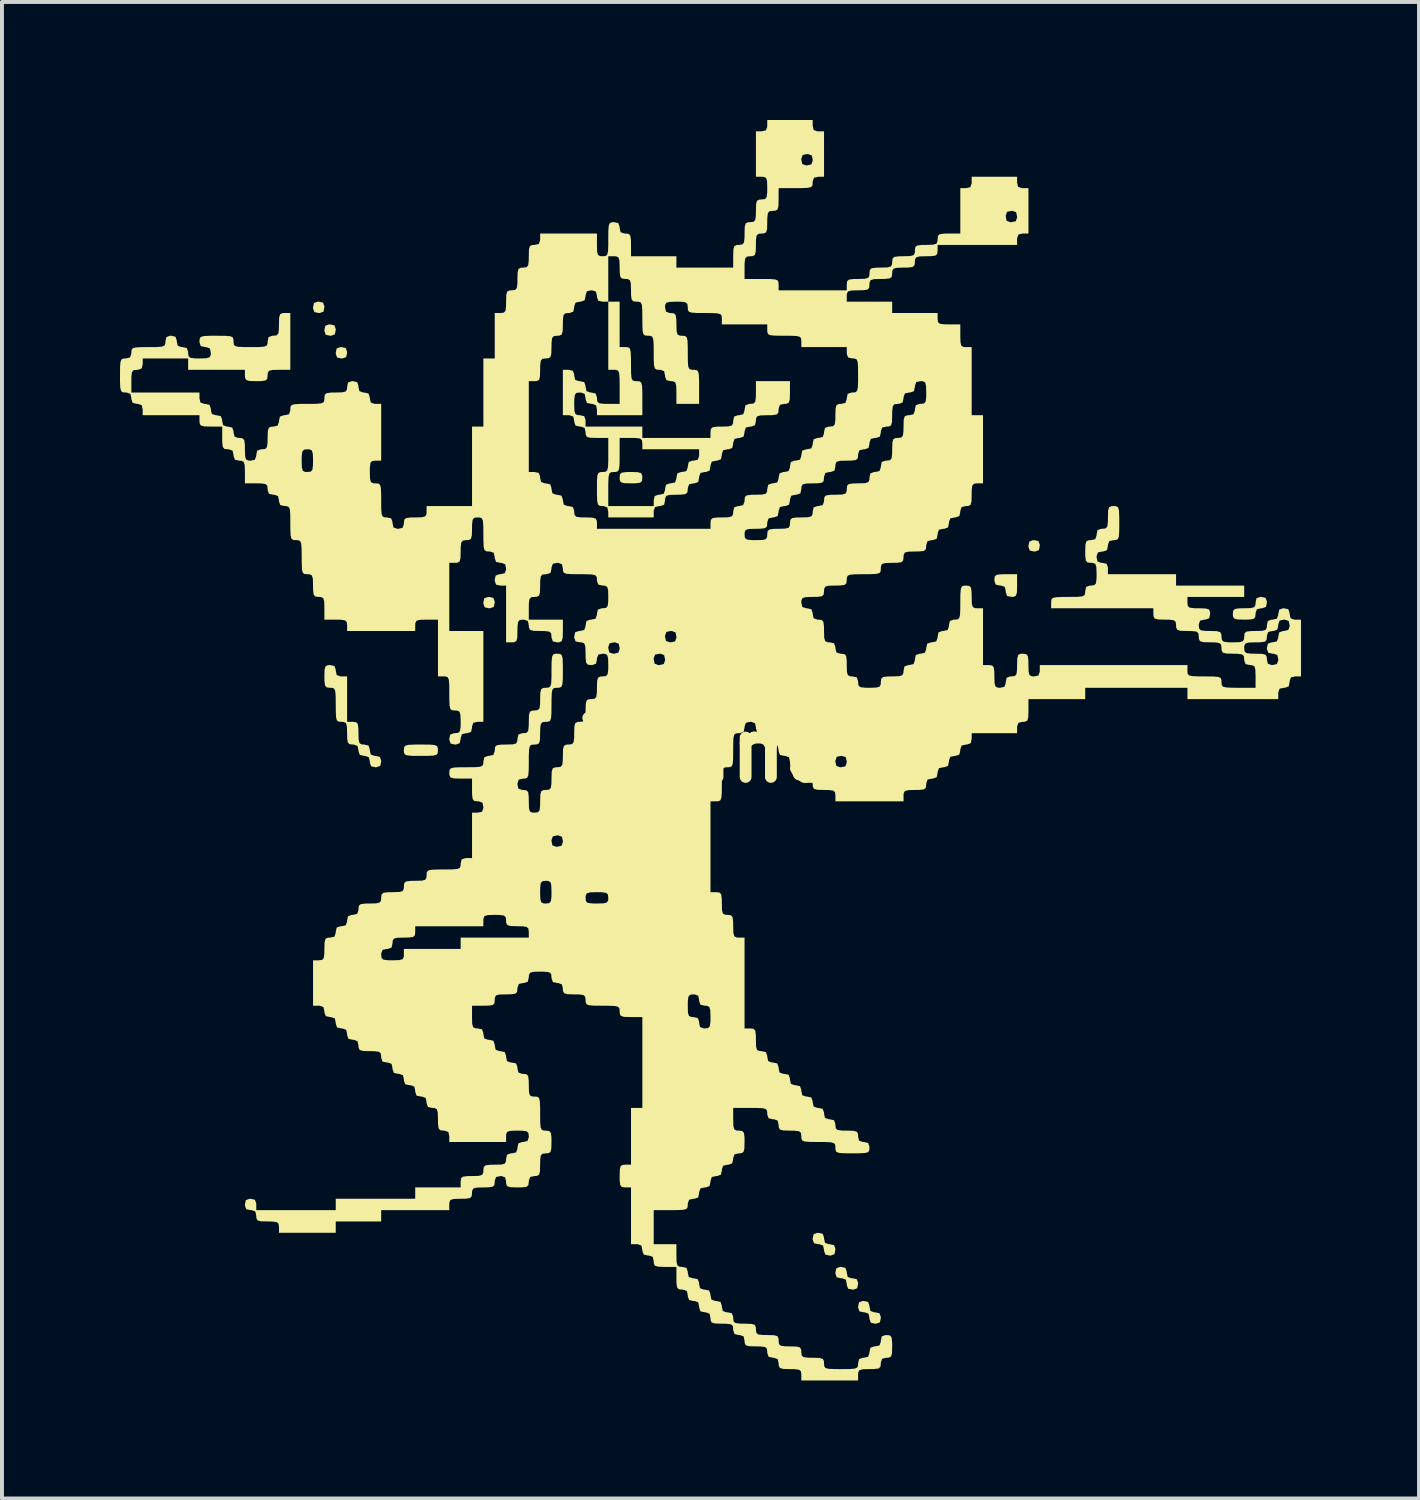
<source format=kicad_pcb>
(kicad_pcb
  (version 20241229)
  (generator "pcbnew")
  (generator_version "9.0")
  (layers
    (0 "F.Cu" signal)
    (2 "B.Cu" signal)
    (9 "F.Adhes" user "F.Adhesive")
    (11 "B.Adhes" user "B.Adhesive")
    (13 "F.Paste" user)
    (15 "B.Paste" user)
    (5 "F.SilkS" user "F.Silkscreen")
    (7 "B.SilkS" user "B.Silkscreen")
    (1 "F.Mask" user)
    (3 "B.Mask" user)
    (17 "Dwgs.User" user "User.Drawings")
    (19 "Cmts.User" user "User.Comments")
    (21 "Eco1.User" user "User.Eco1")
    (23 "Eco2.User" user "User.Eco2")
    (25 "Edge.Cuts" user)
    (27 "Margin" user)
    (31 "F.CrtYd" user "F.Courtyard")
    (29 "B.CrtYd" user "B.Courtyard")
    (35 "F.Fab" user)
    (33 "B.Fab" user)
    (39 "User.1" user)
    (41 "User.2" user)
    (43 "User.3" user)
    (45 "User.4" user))
  (footprint "Tenna"
    (layer "F.Cu")
    (at 15.009 16.019)
    (property "Reference" "Tenna" (at 0 0 0) (layer "F.SilkS") (effects (font (size 1.5 1.5) (thickness 0.3))))
    (attr board_only exclude_from_pos_files exclude_from_bom)
    (fp_poly (pts (xy -9.848 -11.377) (xy -9.814 -11.283) (xy -9.814 -11.257) (xy -9.837 -11.147) (xy -9.931 -11.113) (xy -9.958 -11.113) (xy -10.068 -11.136) (xy -10.102 -11.23) (xy -10.102 -11.257) (xy -10.078 -11.367) (xy -9.985 -11.401) (xy -9.958 -11.401)) (stroke (width 0) (type solid)) (fill yes) (layer "F.SilkS"))
    (fp_poly (pts (xy -9.559 -10.8) (xy -9.526 -10.706) (xy -9.525 -10.68) (xy -9.549 -10.57) (xy -9.643 -10.536) (xy -9.669 -10.535) (xy -9.779 -10.559) (xy -9.813 -10.653) (xy -9.814 -10.68) (xy -9.79 -10.789) (xy -9.696 -10.823) (xy -9.669 -10.824)) (stroke (width 0) (type solid)) (fill yes) (layer "F.SilkS"))
    (fp_poly (pts (xy -9.271 -10.223) (xy -9.237 -10.129) (xy -9.236 -10.102) (xy -9.26 -9.992) (xy -9.354 -9.959) (xy -9.381 -9.958) (xy -9.491 -9.982) (xy -9.524 -10.076) (xy -9.525 -10.102) (xy -9.501 -10.212) (xy -9.407 -10.246) (xy -9.381 -10.247)) (stroke (width 0) (type solid)) (fill yes) (layer "F.SilkS"))
    (fp_poly (pts (xy -5.519 -3.873) (xy -5.485 -3.779) (xy -5.484 -3.752) (xy -5.508 -3.642) (xy -5.602 -3.609) (xy -5.628 -3.608) (xy -5.738 -3.632) (xy -5.772 -3.726) (xy -5.773 -3.752) (xy -5.749 -3.862) (xy -5.655 -3.896) (xy -5.628 -3.897)) (stroke (width 0) (type solid)) (fill yes) (layer "F.SilkS"))
    (fp_poly (pts (xy 8.336 -5.316) (xy 8.37 -5.222) (xy 8.37 -5.195) (xy 8.347 -5.086) (xy 8.253 -5.052) (xy 8.226 -5.051) (xy 8.116 -5.075) (xy 8.082 -5.169) (xy 8.082 -5.195) (xy 8.106 -5.305) (xy 8.2 -5.339) (xy 8.226 -5.34)) (stroke (width 0) (type solid)) (fill yes) (layer "F.SilkS"))
    (fp_poly (pts (xy -1.849 -7.067) (xy -1.764 -7.043) (xy -1.735 -6.985) (xy -1.732 -6.927) (xy -1.741 -6.842) (xy -1.789 -6.799) (xy -1.905 -6.784) (xy -2.02 -6.783) (xy -2.192 -6.788) (xy -2.277 -6.812) (xy -2.306 -6.869) (xy -2.309 -6.927) (xy -2.3 -7.013) (xy -2.252 -7.056) (xy -2.136 -7.07) (xy -2.02 -7.072)) (stroke (width 0) (type solid)) (fill yes) (layer "F.SilkS"))
    (fp_poly (pts (xy 7.793 -4.185) (xy 7.789 -4.014) (xy 7.765 -3.928) (xy 7.707 -3.899) (xy 7.649 -3.897) (xy 7.539 -3.92) (xy 7.505 -4.014) (xy 7.505 -4.041) (xy 7.481 -4.151) (xy 7.387 -4.185) (xy 7.36 -4.185) (xy 7.25 -4.209) (xy 7.217 -4.303) (xy 7.216 -4.33) (xy 7.225 -4.415) (xy 7.273 -4.458) (xy 7.389 -4.472) (xy 7.505 -4.474) (xy 7.793 -4.474)) (stroke (width 0) (type solid)) (fill yes) (layer "F.SilkS"))
    (fp_poly (pts (xy -7.14 -0.143) (xy -7.011 -0.132) (xy -6.949 -0.104) (xy -6.929 -0.051) (xy -6.927 0) (xy -6.933 0.073) (xy -6.965 0.116) (xy -7.049 0.137) (xy -7.208 0.144) (xy -7.36 0.144) (xy -7.58 0.143) (xy -7.71 0.132) (xy -7.772 0.104) (xy -7.792 0.051) (xy -7.793 0) (xy -7.788 -0.073) (xy -7.755 -0.116) (xy -7.672 -0.137) (xy -7.512 -0.144) (xy -7.36 -0.144)) (stroke (width 0) (type solid)) (fill yes) (layer "F.SilkS"))
    (fp_poly (pts (xy 2.852 12.291) (xy 2.886 12.385) (xy 2.886 12.411) (xy 2.91 12.521) (xy 3.004 12.555) (xy 3.031 12.556) (xy 3.141 12.58) (xy 3.174 12.673) (xy 3.175 12.7) (xy 3.151 12.81) (xy 3.057 12.844) (xy 3.031 12.844) (xy 2.921 12.82) (xy 2.887 12.727) (xy 2.886 12.7) (xy 2.863 12.59) (xy 2.769 12.556) (xy 2.742 12.556) (xy 2.632 12.532) (xy 2.598 12.438) (xy 2.598 12.411) (xy 2.622 12.302) (xy 2.715 12.268) (xy 2.742 12.267)) (stroke (width 0) (type solid)) (fill yes) (layer "F.SilkS"))
    (fp_poly (pts (xy 3.429 13.157) (xy 3.463 13.251) (xy 3.464 13.277) (xy 3.487 13.387) (xy 3.581 13.421) (xy 3.608 13.422) (xy 3.718 13.445) (xy 3.752 13.539) (xy 3.752 13.566) (xy 3.728 13.676) (xy 3.635 13.71) (xy 3.608 13.71) (xy 3.498 13.686) (xy 3.464 13.593) (xy 3.464 13.566) (xy 3.44 13.456) (xy 3.346 13.422) (xy 3.319 13.422) (xy 3.209 13.398) (xy 3.176 13.304) (xy 3.175 13.277) (xy 3.199 13.167) (xy 3.293 13.134) (xy 3.319 13.133)) (stroke (width 0) (type solid)) (fill yes) (layer "F.SilkS"))
    (fp_poly (pts (xy 4.006 14.023) (xy 4.04 14.117) (xy 4.041 14.143) (xy 4.065 14.253) (xy 4.159 14.287) (xy 4.185 14.287) (xy 4.295 14.311) (xy 4.329 14.405) (xy 4.33 14.432) (xy 4.306 14.542) (xy 4.212 14.576) (xy 4.185 14.576) (xy 4.075 14.552) (xy 4.042 14.458) (xy 4.041 14.432) (xy 4.017 14.322) (xy 3.923 14.288) (xy 3.897 14.287) (xy 3.787 14.264) (xy 3.753 14.17) (xy 3.752 14.143) (xy 3.776 14.033) (xy 3.87 13.999) (xy 3.897 13.999)) (stroke (width 0) (type solid)) (fill yes) (layer "F.SilkS"))
    (fp_poly (pts (xy 14.109 -3.873) (xy 14.143 -3.779) (xy 14.143 -3.752) (xy 14.119 -3.642) (xy 14.025 -3.609) (xy 13.999 -3.608) (xy 13.889 -3.584) (xy 13.855 -3.49) (xy 13.855 -3.464) (xy 13.845 -3.378) (xy 13.797 -3.335) (xy 13.682 -3.321) (xy 13.566 -3.319) (xy 13.395 -3.324) (xy 13.309 -3.348) (xy 13.28 -3.406) (xy 13.277 -3.464) (xy 13.287 -3.549) (xy 13.334 -3.592) (xy 13.45 -3.607) (xy 13.566 -3.608) (xy 13.737 -3.613) (xy 13.823 -3.637) (xy 13.852 -3.694) (xy 13.855 -3.752) (xy 13.878 -3.862) (xy 13.972 -3.896) (xy 13.999 -3.897)) (stroke (width 0) (type solid)) (fill yes) (layer "F.SilkS"))
    (fp_poly (pts (xy -9.559 -2.141) (xy -9.526 -2.047) (xy -9.525 -2.02) (xy -9.501 -1.911) (xy -9.407 -1.877) (xy -9.381 -1.876) (xy -9.236 -1.876) (xy -9.236 -1.299) (xy -9.236 -0.722) (xy -9.092 -0.722) (xy -9.006 -0.712) (xy -8.964 -0.664) (xy -8.949 -0.549) (xy -8.948 -0.433) (xy -8.943 -0.262) (xy -8.919 -0.176) (xy -8.861 -0.147) (xy -8.803 -0.144) (xy -8.694 -0.12) (xy -8.66 -0.027) (xy -8.659 0) (xy -8.635 0.11) (xy -8.541 0.144) (xy -8.515 0.144) (xy -8.405 0.168) (xy -8.371 0.262) (xy -8.37 0.289) (xy -8.394 0.398) (xy -8.488 0.432) (xy -8.515 0.433) (xy -8.625 0.409) (xy -8.658 0.315) (xy -8.659 0.289) (xy -8.683 0.179) (xy -8.777 0.145) (xy -8.803 0.144) (xy -8.913 0.12) (xy -8.947 0.027) (xy -8.948 0) (xy -8.972 -0.11) (xy -9.065 -0.144) (xy -9.092 -0.144) (xy -9.178 -0.154) (xy -9.22 -0.201) (xy -9.235 -0.317) (xy -9.236 -0.433) (xy -9.241 -0.604) (xy -9.265 -0.69) (xy -9.323 -0.719) (xy -9.381 -0.722) (xy -9.454 -0.727) (xy -9.497 -0.759) (xy -9.518 -0.843) (xy -9.524 -1.002) (xy -9.525 -1.155) (xy -9.527 -1.375) (xy -9.538 -1.504) (xy -9.566 -1.566) (xy -9.619 -1.586) (xy -9.669 -1.587) (xy -9.755 -1.597) (xy -9.798 -1.645) (xy -9.812 -1.76) (xy -9.814 -1.876) (xy -9.809 -2.047) (xy -9.785 -2.133) (xy -9.727 -2.162) (xy -9.669 -2.165)) (stroke (width 0) (type solid)) (fill yes) (layer "F.SilkS"))
    (fp_poly (pts (xy -2.309 -10.824) (xy -2.309 -10.247) (xy -2.165 -10.247) (xy -2.091 -10.241) (xy -2.048 -10.209) (xy -2.028 -10.125) (xy -2.021 -9.966) (xy -2.02 -9.814) (xy -2.019 -9.593) (xy -2.008 -9.464) (xy -1.98 -9.402) (xy -1.927 -9.382) (xy -1.876 -9.381) (xy -1.803 -9.375) (xy -1.76 -9.343) (xy -1.739 -9.259) (xy -1.732 -9.1) (xy -1.732 -8.948) (xy -1.732 -8.515) (xy -2.309 -8.515) (xy -2.886 -8.515) (xy -2.886 -8.659) (xy -2.91 -8.769) (xy -3.004 -8.803) (xy -3.031 -8.803) (xy -3.141 -8.827) (xy -3.174 -8.921) (xy -3.175 -8.948) (xy -3.199 -9.058) (xy -3.293 -9.091) (xy -3.319 -9.092) (xy -3.405 -9.083) (xy -3.448 -9.035) (xy -3.462 -8.919) (xy -3.464 -8.803) (xy -3.459 -8.632) (xy -3.435 -8.547) (xy -3.377 -8.518) (xy -3.319 -8.515) (xy -3.209 -8.491) (xy -3.176 -8.397) (xy -3.175 -8.37) (xy -3.175 -8.226) (xy -2.453 -8.226) (xy -1.732 -8.226) (xy -1.732 -8.082) (xy -1.732 -7.938) (xy -0.866 -7.938) (xy -0.000001 -7.938) (xy -0.000001 -8.082) (xy 0.009 -8.167) (xy 0.057 -8.21) (xy 0.173 -8.225) (xy 0.289 -8.226) (xy 0.46 -8.231) (xy 0.545 -8.255) (xy 0.575 -8.313) (xy 0.577 -8.37) (xy 0.601 -8.48) (xy 0.695 -8.514) (xy 0.722 -8.515) (xy 0.831 -8.539) (xy 0.865 -8.632) (xy 0.866 -8.659) (xy 0.89 -8.769) (xy 0.984 -8.803) (xy 1.01 -8.803) (xy 1.096 -8.813) (xy 1.139 -8.861) (xy 1.153 -8.976) (xy 1.155 -9.092) (xy 1.155 -9.381) (xy 1.587 -9.381) (xy 2.02 -9.381) (xy 2.02 -9.092) (xy 2.016 -8.921) (xy 1.992 -8.835) (xy 1.934 -8.806) (xy 1.876 -8.803) (xy 1.766 -8.78) (xy 1.732 -8.686) (xy 1.732 -8.659) (xy 1.722 -8.573) (xy 1.675 -8.531) (xy 1.559 -8.516) (xy 1.443 -8.515) (xy 1.272 -8.51) (xy 1.186 -8.486) (xy 1.157 -8.428) (xy 1.155 -8.37) (xy 1.131 -8.261) (xy 1.037 -8.227) (xy 1.01 -8.226) (xy 0.9 -8.202) (xy 0.867 -8.108) (xy 0.866 -8.082) (xy 0.842 -7.972) (xy 0.748 -7.938) (xy 0.722 -7.938) (xy 0.612 -7.914) (xy 0.578 -7.82) (xy 0.577 -7.793) (xy 0.553 -7.683) (xy 0.46 -7.649) (xy 0.433 -7.649) (xy 0.323 -7.625) (xy 0.289 -7.531) (xy 0.289 -7.505) (xy 0.265 -7.395) (xy 0.171 -7.361) (xy 0.144 -7.36) (xy 0.034 -7.336) (xy 0.001 -7.243) (xy -0.000001 -7.216) (xy -0.024 -7.106) (xy -0.118 -7.072) (xy -0.144 -7.072) (xy -0.254 -7.048) (xy -0.288 -6.954) (xy -0.289 -6.927) (xy -0.312 -6.817) (xy -0.406 -6.784) (xy -0.433 -6.783) (xy -0.543 -6.759) (xy -0.577 -6.665) (xy -0.577 -6.639) (xy -0.587 -6.553) (xy -0.634 -6.51) (xy -0.75 -6.496) (xy -0.866 -6.494) (xy -1.037 -6.49) (xy -1.123 -6.466) (xy -1.152 -6.408) (xy -1.155 -6.35) (xy -1.178 -6.24) (xy -1.272 -6.206) (xy -1.299 -6.206) (xy -1.409 -6.182) (xy -1.443 -6.088) (xy -1.443 -6.061) (xy -1.443 -5.917) (xy -2.02 -5.917) (xy -2.598 -5.917) (xy -2.598 -6.061) (xy -2.622 -6.171) (xy -2.715 -6.205) (xy -2.742 -6.206) (xy -2.815 -6.211) (xy -2.858 -6.243) (xy -2.879 -6.327) (xy -2.886 -6.487) (xy -2.886 -6.639) (xy -2.598 -6.639) (xy -2.598 -6.206) (xy -2.02 -6.206) (xy -1.443 -6.206) (xy -1.443 -6.35) (xy -1.419 -6.46) (xy -1.325 -6.494) (xy -1.299 -6.494) (xy -1.189 -6.518) (xy -1.155 -6.612) (xy -1.155 -6.639) (xy -1.131 -6.748) (xy -1.037 -6.782) (xy -1.01 -6.783) (xy -0.9 -6.807) (xy -0.867 -6.901) (xy -0.866 -6.927) (xy -0.842 -7.037) (xy -0.748 -7.071) (xy -0.722 -7.072) (xy -0.612 -7.095) (xy -0.578 -7.189) (xy -0.577 -7.216) (xy -0.553 -7.326) (xy -0.46 -7.36) (xy -0.433 -7.36) (xy -0.323 -7.384) (xy -0.289 -7.478) (xy -0.289 -7.505) (xy -0.289 -7.649) (xy -1.01 -7.649) (xy -1.732 -7.649) (xy -1.732 -7.793) (xy -1.741 -7.879) (xy -1.789 -7.922) (xy -1.905 -7.936) (xy -2.02 -7.938) (xy -2.309 -7.938) (xy -2.309 -7.505) (xy -2.311 -7.284) (xy -2.322 -7.155) (xy -2.35 -7.093) (xy -2.403 -7.073) (xy -2.453 -7.072) (xy -2.527 -7.066) (xy -2.57 -7.034) (xy -2.591 -6.95) (xy -2.597 -6.791) (xy -2.598 -6.639) (xy -2.886 -6.639) (xy -2.885 -6.859) (xy -2.874 -6.988) (xy -2.846 -7.05) (xy -2.793 -7.07) (xy -2.742 -7.072) (xy -2.669 -7.077) (xy -2.626 -7.109) (xy -2.605 -7.193) (xy -2.598 -7.352) (xy -2.598 -7.505) (xy -2.598 -7.938) (xy -2.886 -7.938) (xy -3.058 -7.942) (xy -3.143 -7.966) (xy -3.172 -8.024) (xy -3.175 -8.082) (xy -3.199 -8.192) (xy -3.293 -8.226) (xy -3.319 -8.226) (xy -3.429 -8.25) (xy -3.463 -8.344) (xy -3.464 -8.37) (xy -3.487 -8.48) (xy -3.581 -8.514) (xy -3.608 -8.515) (xy -3.752 -8.515) (xy -3.752 -9.092) (xy -3.752 -9.669) (xy -3.608 -9.669) (xy -3.498 -9.645) (xy -3.464 -9.552) (xy -3.464 -9.525) (xy -3.44 -9.415) (xy -3.346 -9.381) (xy -3.319 -9.381) (xy -3.209 -9.357) (xy -3.176 -9.263) (xy -3.175 -9.236) (xy -3.151 -9.127) (xy -3.057 -9.093) (xy -3.031 -9.092) (xy -2.921 -9.068) (xy -2.887 -8.974) (xy -2.886 -8.948) (xy -2.877 -8.862) (xy -2.829 -8.819) (xy -2.714 -8.805) (xy -2.598 -8.803) (xy -2.309 -8.803) (xy -2.309 -9.236) (xy -2.311 -9.457) (xy -2.322 -9.586) (xy -2.35 -9.648) (xy -2.403 -9.668) (xy -2.453 -9.669) (xy -2.598 -9.669) (xy -2.598 -10.535) (xy -2.598 -11.401) (xy -2.453 -11.401) (xy -2.309 -11.401)) (stroke (width 0) (type solid)) (fill yes) (layer "F.SilkS"))
    (fp_poly (pts (xy 2.598 -15.875) (xy 2.622 -15.765) (xy 2.715 -15.731) (xy 2.742 -15.731) (xy 2.886 -15.731) (xy 2.886 -15.153) (xy 2.886 -14.576) (xy 2.742 -14.576) (xy 2.632 -14.552) (xy 2.598 -14.458) (xy 2.598 -14.432) (xy 2.592 -14.358) (xy 2.56 -14.315) (xy 2.476 -14.295) (xy 2.317 -14.288) (xy 2.165 -14.287) (xy 1.732 -14.287) (xy 1.732 -13.999) (xy 1.727 -13.828) (xy 1.703 -13.742) (xy 1.645 -13.713) (xy 1.587 -13.71) (xy 1.502 -13.701) (xy 1.459 -13.653) (xy 1.445 -13.537) (xy 1.443 -13.422) (xy 1.439 -13.25) (xy 1.415 -13.165) (xy 1.357 -13.136) (xy 1.299 -13.133) (xy 1.213 -13.124) (xy 1.17 -13.076) (xy 1.156 -12.96) (xy 1.155 -12.844) (xy 1.15 -12.673) (xy 1.126 -12.588) (xy 1.068 -12.558) (xy 1.01 -12.556) (xy 0.925 -12.546) (xy 0.882 -12.499) (xy 0.867 -12.383) (xy 0.866 -12.267) (xy 0.866 -11.978) (xy 1.299 -11.978) (xy 1.519 -11.977) (xy 1.648 -11.966) (xy 1.71 -11.938) (xy 1.73 -11.885) (xy 1.732 -11.834) (xy 1.732 -11.69) (xy 2.598 -11.69) (xy 3.464 -11.69) (xy 3.464 -11.834) (xy 3.473 -11.92) (xy 3.521 -11.962) (xy 3.636 -11.977) (xy 3.752 -11.978) (xy 3.924 -11.983) (xy 4.009 -12.007) (xy 4.038 -12.065) (xy 4.041 -12.123) (xy 4.05 -12.208) (xy 4.098 -12.251) (xy 4.214 -12.266) (xy 4.33 -12.267) (xy 4.501 -12.272) (xy 4.586 -12.296) (xy 4.615 -12.353) (xy 4.618 -12.411) (xy 4.628 -12.497) (xy 4.675 -12.54) (xy 4.791 -12.554) (xy 4.907 -12.556) (xy 5.078 -12.56) (xy 5.164 -12.584) (xy 5.193 -12.642) (xy 5.195 -12.7) (xy 5.205 -12.786) (xy 5.253 -12.828) (xy 5.368 -12.843) (xy 5.484 -12.844) (xy 5.655 -12.849) (xy 5.741 -12.873) (xy 5.77 -12.931) (xy 5.773 -12.989) (xy 5.782 -13.074) (xy 5.83 -13.117) (xy 5.946 -13.132) (xy 6.061 -13.133) (xy 6.35 -13.133) (xy 6.35 -13.566) (xy 7.505 -13.566) (xy 7.528 -13.456) (xy 7.622 -13.422) (xy 7.649 -13.422) (xy 7.759 -13.445) (xy 7.793 -13.539) (xy 7.793 -13.566) (xy 7.769 -13.676) (xy 7.675 -13.71) (xy 7.649 -13.71) (xy 7.539 -13.686) (xy 7.505 -13.593) (xy 7.505 -13.566) (xy 6.35 -13.566) (xy 6.35 -13.71) (xy 6.35 -14.287) (xy 6.494 -14.287) (xy 6.604 -14.311) (xy 6.638 -14.405) (xy 6.639 -14.432) (xy 6.639 -14.576) (xy 7.216 -14.576) (xy 7.793 -14.576) (xy 7.793 -14.432) (xy 7.817 -14.322) (xy 7.911 -14.288) (xy 7.937 -14.287) (xy 8.082 -14.287) (xy 8.082 -13.71) (xy 8.082 -13.133) (xy 7.937 -13.133) (xy 7.828 -13.109) (xy 7.794 -13.015) (xy 7.793 -12.989) (xy 7.793 -12.844) (xy 6.783 -12.844) (xy 5.773 -12.844) (xy 5.773 -12.7) (xy 5.763 -12.614) (xy 5.716 -12.572) (xy 5.6 -12.557) (xy 5.484 -12.556) (xy 5.313 -12.551) (xy 5.227 -12.527) (xy 5.198 -12.469) (xy 5.195 -12.411) (xy 5.186 -12.326) (xy 5.138 -12.283) (xy 5.023 -12.268) (xy 4.907 -12.267) (xy 4.736 -12.262) (xy 4.65 -12.238) (xy 4.621 -12.181) (xy 4.618 -12.123) (xy 4.609 -12.037) (xy 4.561 -11.994) (xy 4.445 -11.98) (xy 4.33 -11.978) (xy 4.158 -11.974) (xy 4.073 -11.95) (xy 4.044 -11.892) (xy 4.041 -11.834) (xy 4.032 -11.748) (xy 3.984 -11.706) (xy 3.868 -11.691) (xy 3.752 -11.69) (xy 3.581 -11.685) (xy 3.496 -11.661) (xy 3.466 -11.603) (xy 3.464 -11.545) (xy 3.464 -11.401) (xy 4.041 -11.401) (xy 4.618 -11.401) (xy 4.618 -11.257) (xy 4.618 -11.113) (xy 5.195 -11.113) (xy 5.773 -11.113) (xy 5.773 -10.968) (xy 5.782 -10.883) (xy 5.83 -10.84) (xy 5.946 -10.825) (xy 6.061 -10.824) (xy 6.35 -10.824) (xy 6.35 -10.535) (xy 6.355 -10.364) (xy 6.379 -10.278) (xy 6.436 -10.249) (xy 6.494 -10.247) (xy 6.639 -10.247) (xy 6.639 -9.381) (xy 6.639 -8.515) (xy 6.783 -8.515) (xy 6.927 -8.515) (xy 6.927 -7.649) (xy 6.927 -6.783) (xy 6.783 -6.783) (xy 6.697 -6.774) (xy 6.655 -6.726) (xy 6.64 -6.61) (xy 6.639 -6.494) (xy 6.634 -6.323) (xy 6.61 -6.238) (xy 6.552 -6.208) (xy 6.494 -6.206) (xy 6.384 -6.182) (xy 6.351 -6.088) (xy 6.35 -6.061) (xy 6.326 -5.952) (xy 6.232 -5.918) (xy 6.206 -5.917) (xy 6.096 -5.893) (xy 6.062 -5.799) (xy 6.061 -5.773) (xy 6.038 -5.663) (xy 5.944 -5.629) (xy 5.917 -5.628) (xy 5.807 -5.605) (xy 5.773 -5.511) (xy 5.773 -5.484) (xy 5.749 -5.374) (xy 5.655 -5.34) (xy 5.628 -5.34) (xy 5.519 -5.316) (xy 5.485 -5.222) (xy 5.484 -5.195) (xy 5.475 -5.11) (xy 5.427 -5.067) (xy 5.311 -5.053) (xy 5.195 -5.051) (xy 5.024 -5.046) (xy 4.939 -5.023) (xy 4.91 -4.965) (xy 4.907 -4.907) (xy 4.897 -4.821) (xy 4.85 -4.778) (xy 4.734 -4.764) (xy 4.618 -4.763) (xy 4.447 -4.758) (xy 4.361 -4.734) (xy 4.332 -4.676) (xy 4.33 -4.618) (xy 4.324 -4.545) (xy 4.292 -4.502) (xy 4.208 -4.481) (xy 4.049 -4.474) (xy 3.897 -4.474) (xy 3.676 -4.472) (xy 3.547 -4.461) (xy 3.485 -4.433) (xy 3.465 -4.38) (xy 3.464 -4.33) (xy 3.454 -4.244) (xy 3.407 -4.201) (xy 3.291 -4.187) (xy 3.175 -4.185) (xy 3.004 -4.181) (xy 2.918 -4.157) (xy 2.889 -4.099) (xy 2.886 -4.041) (xy 2.877 -3.955) (xy 2.829 -3.913) (xy 2.714 -3.898) (xy 2.598 -3.897) (xy 2.426 -3.892) (xy 2.341 -3.868) (xy 2.312 -3.81) (xy 2.309 -3.752) (xy 2.333 -3.642) (xy 2.427 -3.609) (xy 2.453 -3.608) (xy 2.563 -3.584) (xy 2.597 -3.49) (xy 2.598 -3.464) (xy 2.622 -3.354) (xy 2.715 -3.32) (xy 2.742 -3.319) (xy 2.828 -3.31) (xy 2.87 -3.262) (xy 2.885 -3.147) (xy 2.886 -3.031) (xy 2.891 -2.859) (xy 2.915 -2.774) (xy 2.973 -2.745) (xy 3.031 -2.742) (xy 3.141 -2.718) (xy 3.174 -2.624) (xy 3.175 -2.598) (xy 3.199 -2.488) (xy 3.293 -2.454) (xy 3.319 -2.453) (xy 3.405 -2.444) (xy 3.448 -2.396) (xy 3.462 -2.281) (xy 3.464 -2.165) (xy 3.468 -1.993) (xy 3.492 -1.908) (xy 3.55 -1.879) (xy 3.608 -1.876) (xy 3.718 -1.852) (xy 3.752 -1.758) (xy 3.752 -1.732) (xy 3.762 -1.646) (xy 3.809 -1.603) (xy 3.925 -1.589) (xy 4.041 -1.587) (xy 4.212 -1.592) (xy 4.298 -1.616) (xy 4.327 -1.674) (xy 4.33 -1.732) (xy 4.339 -1.817) (xy 4.387 -1.86) (xy 4.502 -1.875) (xy 4.618 -1.876) (xy 4.789 -1.881) (xy 4.875 -1.905) (xy 4.904 -1.963) (xy 4.907 -2.02) (xy 4.931 -2.13) (xy 5.025 -2.164) (xy 5.051 -2.165) (xy 5.161 -2.189) (xy 5.195 -2.282) (xy 5.195 -2.309) (xy 5.219 -2.419) (xy 5.313 -2.453) (xy 5.34 -2.453) (xy 5.45 -2.477) (xy 5.483 -2.571) (xy 5.484 -2.598) (xy 5.508 -2.708) (xy 5.602 -2.741) (xy 5.628 -2.742) (xy 5.738 -2.766) (xy 5.772 -2.86) (xy 5.773 -2.886) (xy 5.797 -2.996) (xy 5.89 -3.03) (xy 5.917 -3.031) (xy 6.027 -3.055) (xy 6.061 -3.148) (xy 6.061 -3.175) (xy 6.085 -3.285) (xy 6.179 -3.319) (xy 6.206 -3.319) (xy 6.279 -3.325) (xy 6.322 -3.357) (xy 6.343 -3.441) (xy 6.349 -3.6) (xy 6.35 -3.752) (xy 6.352 -3.972) (xy 6.363 -4.102) (xy 6.391 -4.164) (xy 6.444 -4.184) (xy 6.494 -4.185) (xy 6.58 -4.176) (xy 6.623 -4.128) (xy 6.637 -4.012) (xy 6.639 -3.897) (xy 6.643 -3.725) (xy 6.667 -3.64) (xy 6.725 -3.611) (xy 6.783 -3.608) (xy 6.927 -3.608) (xy 6.927 -2.886) (xy 6.927 -2.165) (xy 7.072 -2.165) (xy 7.157 -2.155) (xy 7.2 -2.108) (xy 7.215 -1.992) (xy 7.216 -1.876) (xy 7.221 -1.705) (xy 7.244 -1.619) (xy 7.302 -1.59) (xy 7.36 -1.587) (xy 7.47 -1.611) (xy 7.504 -1.705) (xy 7.505 -1.732) (xy 7.528 -1.842) (xy 7.622 -1.876) (xy 7.649 -1.876) (xy 7.735 -1.885) (xy 7.777 -1.933) (xy 7.792 -2.049) (xy 7.793 -2.165) (xy 7.798 -2.336) (xy 7.822 -2.422) (xy 7.88 -2.451) (xy 7.937 -2.453) (xy 8.023 -2.444) (xy 8.066 -2.396) (xy 8.08 -2.281) (xy 8.082 -2.165) (xy 8.086 -1.993) (xy 8.11 -1.908) (xy 8.168 -1.879) (xy 8.226 -1.876) (xy 8.336 -1.9) (xy 8.37 -1.994) (xy 8.37 -2.02) (xy 8.37 -2.165) (xy 10.247 -2.165) (xy 12.123 -2.165) (xy 12.123 -2.02) (xy 12.128 -1.947) (xy 12.161 -1.904) (xy 12.244 -1.883) (xy 12.404 -1.877) (xy 12.556 -1.876) (xy 12.776 -1.874) (xy 12.905 -1.864) (xy 12.967 -1.836) (xy 12.987 -1.783) (xy 12.989 -1.732) (xy 12.994 -1.658) (xy 13.026 -1.615) (xy 13.11 -1.595) (xy 13.27 -1.588) (xy 13.422 -1.587) (xy 13.855 -1.587) (xy 13.855 -1.876) (xy 13.85 -2.047) (xy 13.826 -2.133) (xy 13.768 -2.162) (xy 13.71 -2.165) (xy 13.6 -2.189) (xy 13.567 -2.282) (xy 13.566 -2.309) (xy 13.557 -2.395) (xy 13.509 -2.437) (xy 13.393 -2.452) (xy 13.277 -2.453) (xy 13.106 -2.458) (xy 13.021 -2.482) (xy 12.991 -2.54) (xy 12.989 -2.598) (xy 13.566 -2.598) (xy 13.575 -2.512) (xy 13.623 -2.469) (xy 13.739 -2.455) (xy 13.855 -2.453) (xy 14.026 -2.449) (xy 14.111 -2.425) (xy 14.14 -2.367) (xy 14.143 -2.309) (xy 14.167 -2.199) (xy 14.261 -2.165) (xy 14.287 -2.165) (xy 14.397 -2.189) (xy 14.431 -2.282) (xy 14.432 -2.309) (xy 14.408 -2.419) (xy 14.314 -2.453) (xy 14.287 -2.453) (xy 14.178 -2.477) (xy 14.144 -2.571) (xy 14.143 -2.598) (xy 14.167 -2.708) (xy 14.261 -2.741) (xy 14.287 -2.742) (xy 14.397 -2.766) (xy 14.431 -2.86) (xy 14.432 -2.886) (xy 14.456 -2.996) (xy 14.55 -3.03) (xy 14.576 -3.031) (xy 14.686 -3.055) (xy 14.72 -3.148) (xy 14.72 -3.175) (xy 14.697 -3.285) (xy 14.603 -3.319) (xy 14.576 -3.319) (xy 14.466 -3.295) (xy 14.432 -3.202) (xy 14.432 -3.175) (xy 14.408 -3.065) (xy 14.314 -3.031) (xy 14.287 -3.031) (xy 14.178 -3.007) (xy 14.144 -2.913) (xy 14.143 -2.886) (xy 14.134 -2.801) (xy 14.086 -2.758) (xy 13.97 -2.743) (xy 13.855 -2.742) (xy 13.683 -2.737) (xy 13.598 -2.713) (xy 13.569 -2.656) (xy 13.566 -2.598) (xy 12.989 -2.598) (xy 12.979 -2.683) (xy 12.932 -2.726) (xy 12.816 -2.741) (xy 12.7 -2.742) (xy 12.529 -2.747) (xy 12.443 -2.771) (xy 12.414 -2.828) (xy 12.411 -2.886) (xy 12.402 -2.972) (xy 12.354 -3.015) (xy 12.239 -3.029) (xy 12.123 -3.031) (xy 11.951 -3.035) (xy 11.866 -3.059) (xy 11.837 -3.117) (xy 11.834 -3.175) (xy 11.825 -3.261) (xy 11.777 -3.303) (xy 11.661 -3.318) (xy 11.545 -3.319) (xy 11.374 -3.324) (xy 11.289 -3.348) (xy 11.26 -3.406) (xy 11.257 -3.464) (xy 11.257 -3.608) (xy 9.958 -3.608) (xy 8.659 -3.608) (xy 8.659 -3.752) (xy 8.664 -3.826) (xy 8.697 -3.869) (xy 8.781 -3.889) (xy 8.94 -3.896) (xy 9.092 -3.897) (xy 9.312 -3.898) (xy 9.441 -3.909) (xy 9.504 -3.937) (xy 9.523 -3.99) (xy 9.525 -4.041) (xy 9.549 -4.151) (xy 9.643 -4.185) (xy 9.669 -4.185) (xy 9.755 -4.195) (xy 9.798 -4.242) (xy 9.812 -4.358) (xy 9.814 -4.474) (xy 9.809 -4.645) (xy 9.785 -4.731) (xy 9.727 -4.76) (xy 9.669 -4.763) (xy 9.584 -4.772) (xy 9.541 -4.82) (xy 9.526 -4.935) (xy 9.525 -5.051) (xy 9.53 -5.222) (xy 9.554 -5.308) (xy 9.611 -5.337) (xy 9.669 -5.34) (xy 9.779 -5.364) (xy 9.813 -5.457) (xy 9.814 -5.484) (xy 9.837 -5.594) (xy 9.931 -5.628) (xy 9.958 -5.628) (xy 10.044 -5.638) (xy 10.086 -5.686) (xy 10.101 -5.801) (xy 10.102 -5.917) (xy 10.107 -6.088) (xy 10.131 -6.174) (xy 10.189 -6.203) (xy 10.247 -6.206) (xy 10.32 -6.2) (xy 10.363 -6.168) (xy 10.384 -6.084) (xy 10.39 -5.925) (xy 10.391 -5.773) (xy 10.389 -5.553) (xy 10.378 -5.423) (xy 10.35 -5.361) (xy 10.297 -5.341) (xy 10.247 -5.34) (xy 10.137 -5.316) (xy 10.103 -5.222) (xy 10.102 -5.195) (xy 10.078 -5.086) (xy 9.985 -5.052) (xy 9.958 -5.051) (xy 9.848 -5.027) (xy 9.814 -4.933) (xy 9.814 -4.907) (xy 9.837 -4.797) (xy 9.931 -4.763) (xy 9.958 -4.763) (xy 10.068 -4.739) (xy 10.102 -4.645) (xy 10.102 -4.618) (xy 10.102 -4.474) (xy 10.968 -4.474) (xy 11.834 -4.474) (xy 11.834 -4.33) (xy 11.834 -4.185) (xy 12.7 -4.185) (xy 13.566 -4.185) (xy 13.566 -4.041) (xy 13.566 -3.897) (xy 12.844 -3.897) (xy 12.123 -3.897) (xy 12.123 -3.752) (xy 12.132 -3.667) (xy 12.18 -3.624) (xy 12.296 -3.609) (xy 12.411 -3.608) (xy 12.583 -3.603) (xy 12.668 -3.579) (xy 12.697 -3.522) (xy 12.7 -3.464) (xy 12.676 -3.354) (xy 12.582 -3.32) (xy 12.556 -3.319) (xy 12.446 -3.295) (xy 12.412 -3.202) (xy 12.411 -3.175) (xy 12.421 -3.089) (xy 12.468 -3.047) (xy 12.584 -3.032) (xy 12.7 -3.031) (xy 12.871 -3.026) (xy 12.957 -3.002) (xy 12.986 -2.944) (xy 12.989 -2.886) (xy 12.998 -2.801) (xy 13.046 -2.758) (xy 13.161 -2.743) (xy 13.277 -2.742) (xy 13.449 -2.747) (xy 13.534 -2.771) (xy 13.563 -2.828) (xy 13.566 -2.886) (xy 13.575 -2.972) (xy 13.623 -3.015) (xy 13.739 -3.029) (xy 13.855 -3.031) (xy 14.026 -3.035) (xy 14.111 -3.059) (xy 14.14 -3.117) (xy 14.143 -3.175) (xy 14.167 -3.285) (xy 14.261 -3.319) (xy 14.287 -3.319) (xy 14.397 -3.343) (xy 14.431 -3.437) (xy 14.432 -3.464) (xy 14.456 -3.573) (xy 14.55 -3.607) (xy 14.576 -3.608) (xy 14.686 -3.584) (xy 14.72 -3.49) (xy 14.72 -3.464) (xy 14.744 -3.354) (xy 14.838 -3.32) (xy 14.865 -3.319) (xy 15.009 -3.319) (xy 15.009 -2.598) (xy 15.009 -1.876) (xy 14.865 -1.876) (xy 14.755 -1.852) (xy 14.721 -1.758) (xy 14.72 -1.732) (xy 14.697 -1.622) (xy 14.603 -1.588) (xy 14.576 -1.587) (xy 14.466 -1.564) (xy 14.432 -1.47) (xy 14.432 -1.443) (xy 14.432 -1.299) (xy 13.277 -1.299) (xy 12.123 -1.299) (xy 12.123 -1.443) (xy 12.123 -1.587) (xy 10.824 -1.587) (xy 9.525 -1.587) (xy 9.525 -1.443) (xy 9.525 -1.299) (xy 8.803 -1.299) (xy 8.082 -1.299) (xy 8.082 -1.01) (xy 8.077 -0.839) (xy 8.053 -0.753) (xy 7.995 -0.724) (xy 7.937 -0.722) (xy 7.828 -0.698) (xy 7.794 -0.604) (xy 7.793 -0.577) (xy 7.793 -0.433) (xy 7.216 -0.433) (xy 6.639 -0.433) (xy 6.639 -0.289) (xy 6.615 -0.179) (xy 6.521 -0.145) (xy 6.494 -0.144) (xy 6.384 -0.12) (xy 6.351 -0.027) (xy 6.35 0) (xy 6.326 0.11) (xy 6.232 0.144) (xy 6.206 0.144) (xy 6.096 0.168) (xy 6.062 0.262) (xy 6.061 0.289) (xy 6.038 0.398) (xy 5.944 0.432) (xy 5.917 0.433) (xy 5.807 0.457) (xy 5.773 0.551) (xy 5.773 0.577) (xy 5.749 0.687) (xy 5.655 0.721) (xy 5.628 0.722) (xy 5.519 0.745) (xy 5.485 0.839) (xy 5.484 0.866) (xy 5.475 0.952) (xy 5.427 0.994) (xy 5.311 1.009) (xy 5.195 1.01) (xy 5.024 1.015) (xy 4.939 1.039) (xy 4.91 1.097) (xy 4.907 1.155) (xy 4.907 1.299) (xy 4.041 1.299) (xy 3.175 1.299) (xy 3.175 1.155) (xy 3.166 1.069) (xy 3.118 1.026) (xy 3.002 1.012) (xy 2.886 1.01) (xy 2.715 1.006) (xy 2.63 0.982) (xy 2.6 0.924) (xy 2.598 0.866) (xy 2.574 0.756) (xy 2.48 0.722) (xy 2.453 0.722) (xy 2.344 0.698) (xy 2.31 0.604) (xy 2.309 0.577) (xy 2.285 0.467) (xy 2.191 0.434) (xy 2.165 0.433) (xy 2.055 0.409) (xy 2.021 0.315) (xy 2.02 0.289) (xy 3.175 0.289) (xy 3.199 0.398) (xy 3.293 0.432) (xy 3.319 0.433) (xy 3.429 0.409) (xy 3.463 0.315) (xy 3.464 0.289) (xy 3.44 0.179) (xy 3.346 0.145) (xy 3.319 0.144) (xy 3.209 0.168) (xy 3.176 0.262) (xy 3.175 0.289) (xy 2.02 0.289) (xy 1.997 0.179) (xy 1.903 0.145) (xy 1.876 0.144) (xy 1.766 0.12) (xy 1.732 0.027) (xy 1.732 0) (xy 1.708 -0.11) (xy 1.614 -0.144) (xy 1.587 -0.144) (xy 1.478 -0.168) (xy 1.444 -0.262) (xy 1.443 -0.289) (xy 1.419 -0.398) (xy 1.325 -0.432) (xy 1.299 -0.433) (xy 1.189 -0.457) (xy 1.155 -0.551) (xy 1.155 -0.577) (xy 1.131 -0.687) (xy 1.037 -0.721) (xy 1.01 -0.722) (xy 0.9 -0.698) (xy 0.867 -0.604) (xy 0.866 -0.577) (xy 0.842 -0.467) (xy 0.748 -0.434) (xy 0.722 -0.433) (xy 0.648 -0.428) (xy 0.605 -0.395) (xy 0.584 -0.311) (xy 0.578 -0.152) (xy 0.577 0) (xy 0.575 0.22) (xy 0.565 0.349) (xy 0.537 0.412) (xy 0.484 0.431) (xy 0.433 0.433) (xy 0.36 0.438) (xy 0.317 0.471) (xy 0.296 0.554) (xy 0.289 0.714) (xy 0.289 0.866) (xy 0.287 1.086) (xy 0.276 1.215) (xy 0.248 1.277) (xy 0.195 1.297) (xy 0.144 1.299) (xy -0.000001 1.299) (xy -0.000001 2.453) (xy -0.000001 3.608) (xy 0.144 3.608) (xy 0.23 3.617) (xy 0.273 3.665) (xy 0.287 3.781) (xy 0.289 3.897) (xy 0.293 4.068) (xy 0.317 4.153) (xy 0.375 4.182) (xy 0.433 4.185) (xy 0.519 4.195) (xy 0.561 4.242) (xy 0.576 4.358) (xy 0.577 4.474) (xy 0.582 4.645) (xy 0.606 4.731) (xy 0.664 4.76) (xy 0.722 4.763) (xy 0.866 4.763) (xy 0.866 5.917) (xy 0.866 7.072) (xy 1.01 7.072) (xy 1.096 7.081) (xy 1.139 7.129) (xy 1.153 7.244) (xy 1.155 7.36) (xy 1.159 7.532) (xy 1.183 7.617) (xy 1.241 7.646) (xy 1.299 7.649) (xy 1.409 7.673) (xy 1.443 7.767) (xy 1.443 7.793) (xy 1.467 7.903) (xy 1.561 7.937) (xy 1.587 7.938) (xy 1.697 7.961) (xy 1.731 8.055) (xy 1.732 8.082) (xy 1.756 8.192) (xy 1.85 8.226) (xy 1.876 8.226) (xy 1.986 8.25) (xy 2.02 8.344) (xy 2.02 8.37) (xy 2.044 8.48) (xy 2.138 8.514) (xy 2.165 8.515) (xy 2.275 8.539) (xy 2.308 8.632) (xy 2.309 8.659) (xy 2.333 8.769) (xy 2.427 8.803) (xy 2.453 8.803) (xy 2.563 8.827) (xy 2.597 8.921) (xy 2.598 8.948) (xy 2.622 9.058) (xy 2.715 9.091) (xy 2.742 9.092) (xy 2.852 9.116) (xy 2.886 9.21) (xy 2.886 9.236) (xy 2.91 9.346) (xy 3.004 9.38) (xy 3.031 9.381) (xy 3.141 9.405) (xy 3.174 9.498) (xy 3.175 9.525) (xy 3.184 9.611) (xy 3.232 9.653) (xy 3.348 9.668) (xy 3.464 9.669) (xy 3.635 9.674) (xy 3.72 9.698) (xy 3.75 9.756) (xy 3.752 9.814) (xy 3.776 9.923) (xy 3.87 9.957) (xy 3.897 9.958) (xy 4.006 9.982) (xy 4.04 10.076) (xy 4.041 10.102) (xy 4.036 10.176) (xy 4.003 10.219) (xy 3.919 10.239) (xy 3.76 10.246) (xy 3.608 10.247) (xy 3.388 10.245) (xy 3.259 10.234) (xy 3.196 10.206) (xy 3.177 10.153) (xy 3.175 10.102) (xy 3.17 10.029) (xy 3.137 9.986) (xy 3.053 9.965) (xy 2.894 9.958) (xy 2.742 9.958) (xy 2.522 9.956) (xy 2.393 9.945) (xy 2.33 9.917) (xy 2.311 9.864) (xy 2.309 9.814) (xy 2.3 9.728) (xy 2.252 9.685) (xy 2.136 9.671) (xy 2.02 9.669) (xy 1.849 9.665) (xy 1.764 9.641) (xy 1.735 9.583) (xy 1.732 9.525) (xy 1.708 9.415) (xy 1.614 9.381) (xy 1.587 9.381) (xy 1.478 9.357) (xy 1.444 9.263) (xy 1.443 9.236) (xy 1.438 9.163) (xy 1.405 9.12) (xy 1.322 9.099) (xy 1.162 9.093) (xy 1.01 9.092) (xy 0.577 9.092) (xy 0.577 9.381) (xy 0.582 9.552) (xy 0.606 9.637) (xy 0.664 9.667) (xy 0.722 9.669) (xy 0.807 9.679) (xy 0.85 9.726) (xy 0.865 9.842) (xy 0.866 9.958) (xy 0.861 10.129) (xy 0.837 10.215) (xy 0.78 10.244) (xy 0.722 10.247) (xy 0.612 10.27) (xy 0.578 10.364) (xy 0.577 10.391) (xy 0.553 10.501) (xy 0.46 10.535) (xy 0.433 10.535) (xy 0.323 10.559) (xy 0.289 10.653) (xy 0.289 10.68) (xy 0.265 10.789) (xy 0.171 10.823) (xy 0.144 10.824) (xy 0.034 10.848) (xy 0.001 10.942) (xy -0.000001 10.968) (xy -0.024 11.078) (xy -0.118 11.112) (xy -0.144 11.113) (xy -0.254 11.136) (xy -0.288 11.23) (xy -0.289 11.257) (xy -0.312 11.367) (xy -0.406 11.401) (xy -0.433 11.401) (xy -0.543 11.425) (xy -0.577 11.519) (xy -0.577 11.545) (xy -0.583 11.619) (xy -0.615 11.662) (xy -0.699 11.683) (xy -0.858 11.689) (xy -1.01 11.69) (xy -1.443 11.69) (xy -1.443 12.123) (xy -1.443 12.556) (xy -1.155 12.556) (xy -0.866 12.556) (xy -0.866 12.844) (xy -0.861 13.016) (xy -0.837 13.101) (xy -0.78 13.13) (xy -0.722 13.133) (xy -0.612 13.157) (xy -0.578 13.251) (xy -0.577 13.277) (xy -0.553 13.387) (xy -0.46 13.421) (xy -0.433 13.422) (xy -0.323 13.445) (xy -0.289 13.539) (xy -0.289 13.566) (xy -0.265 13.676) (xy -0.171 13.71) (xy -0.144 13.71) (xy -0.034 13.734) (xy -0.001 13.828) (xy -0.000001 13.855) (xy 0.024 13.964) (xy 0.118 13.998) (xy 0.144 13.999) (xy 0.254 14.023) (xy 0.288 14.117) (xy 0.289 14.143) (xy 0.312 14.253) (xy 0.406 14.287) (xy 0.433 14.287) (xy 0.543 14.311) (xy 0.577 14.405) (xy 0.577 14.432) (xy 0.587 14.517) (xy 0.634 14.56) (xy 0.75 14.575) (xy 0.866 14.576) (xy 1.037 14.581) (xy 1.123 14.605) (xy 1.152 14.663) (xy 1.155 14.72) (xy 1.164 14.806) (xy 1.212 14.849) (xy 1.327 14.863) (xy 1.443 14.865) (xy 1.614 14.869) (xy 1.7 14.893) (xy 1.729 14.951) (xy 1.732 15.009) (xy 1.741 15.095) (xy 1.789 15.137) (xy 1.905 15.152) (xy 2.02 15.153) (xy 2.192 15.158) (xy 2.277 15.182) (xy 2.306 15.24) (xy 2.309 15.298) (xy 2.318 15.383) (xy 2.366 15.426) (xy 2.482 15.441) (xy 2.598 15.442) (xy 2.769 15.447) (xy 2.854 15.471) (xy 2.884 15.528) (xy 2.886 15.586) (xy 2.892 15.66) (xy 2.924 15.703) (xy 3.008 15.724) (xy 3.167 15.73) (xy 3.319 15.731) (xy 3.54 15.729) (xy 3.669 15.718) (xy 3.731 15.69) (xy 3.751 15.637) (xy 3.752 15.586) (xy 3.776 15.477) (xy 3.87 15.443) (xy 3.897 15.442) (xy 4.006 15.418) (xy 4.04 15.324) (xy 4.041 15.298) (xy 4.065 15.188) (xy 4.159 15.154) (xy 4.185 15.153) (xy 4.295 15.13) (xy 4.329 15.036) (xy 4.33 15.009) (xy 4.353 14.899) (xy 4.447 14.865) (xy 4.474 14.865) (xy 4.56 14.874) (xy 4.602 14.922) (xy 4.617 15.038) (xy 4.618 15.153) (xy 4.614 15.325) (xy 4.59 15.41) (xy 4.532 15.439) (xy 4.474 15.442) (xy 4.364 15.466) (xy 4.33 15.56) (xy 4.33 15.586) (xy 4.32 15.672) (xy 4.272 15.715) (xy 4.157 15.729) (xy 4.041 15.731) (xy 3.87 15.735) (xy 3.784 15.759) (xy 3.755 15.817) (xy 3.752 15.875) (xy 3.752 16.019) (xy 3.031 16.019) (xy 2.309 16.019) (xy 2.309 15.875) (xy 2.3 15.789) (xy 2.252 15.747) (xy 2.136 15.732) (xy 2.02 15.731) (xy 1.849 15.726) (xy 1.764 15.702) (xy 1.735 15.644) (xy 1.732 15.586) (xy 1.708 15.477) (xy 1.614 15.443) (xy 1.587 15.442) (xy 1.478 15.418) (xy 1.444 15.324) (xy 1.443 15.298) (xy 1.434 15.212) (xy 1.386 15.169) (xy 1.27 15.155) (xy 1.155 15.153) (xy 0.983 15.149) (xy 0.898 15.125) (xy 0.869 15.067) (xy 0.866 15.009) (xy 0.842 14.899) (xy 0.748 14.865) (xy 0.722 14.865) (xy 0.612 14.841) (xy 0.578 14.747) (xy 0.577 14.72) (xy 0.568 14.635) (xy 0.52 14.592) (xy 0.404 14.578) (xy 0.289 14.576) (xy 0.117 14.571) (xy 0.032 14.548) (xy 0.003 14.49) (xy -0.000001 14.432) (xy -0.024 14.322) (xy -0.118 14.288) (xy -0.144 14.287) (xy -0.254 14.264) (xy -0.288 14.17) (xy -0.289 14.143) (xy -0.312 14.033) (xy -0.406 13.999) (xy -0.433 13.999) (xy -0.543 13.975) (xy -0.577 13.881) (xy -0.577 13.855) (xy -0.601 13.745) (xy -0.695 13.711) (xy -0.722 13.71) (xy -0.807 13.701) (xy -0.85 13.653) (xy -0.865 13.537) (xy -0.866 13.422) (xy -0.866 13.133) (xy -1.155 13.133) (xy -1.326 13.128) (xy -1.411 13.104) (xy -1.44 13.047) (xy -1.443 12.989) (xy -1.467 12.879) (xy -1.561 12.845) (xy -1.588 12.844) (xy -1.697 12.82) (xy -1.731 12.727) (xy -1.732 12.7) (xy -1.756 12.59) (xy -1.85 12.556) (xy -1.876 12.556) (xy -2.02 12.556) (xy -2.02 11.834) (xy -2.02 11.113) (xy -2.165 11.113) (xy -2.25 11.103) (xy -2.293 11.055) (xy -2.308 10.94) (xy -2.309 10.824) (xy -2.304 10.653) (xy -2.281 10.567) (xy -2.223 10.538) (xy -2.165 10.535) (xy -2.02 10.535) (xy -2.02 9.814) (xy -2.02 9.092) (xy -1.876 9.092) (xy -1.732 9.092) (xy -1.732 7.938) (xy -1.732 6.783) (xy -2.02 6.783) (xy -2.192 6.778) (xy -2.277 6.754) (xy -2.306 6.697) (xy -2.309 6.639) (xy -2.314 6.565) (xy -2.347 6.522) (xy -2.431 6.501) (xy -2.59 6.495) (xy -2.742 6.494) (xy -0.577 6.494) (xy -0.573 6.666) (xy -0.549 6.751) (xy -0.491 6.78) (xy -0.433 6.783) (xy -0.323 6.807) (xy -0.289 6.901) (xy -0.289 6.927) (xy -0.265 7.037) (xy -0.171 7.071) (xy -0.144 7.072) (xy -0.059 7.062) (xy -0.016 7.014) (xy -0.001 6.899) (xy -0.000001 6.783) (xy -0.005 6.612) (xy -0.029 6.526) (xy -0.086 6.497) (xy -0.144 6.494) (xy -0.254 6.47) (xy -0.288 6.377) (xy -0.289 6.35) (xy -0.312 6.24) (xy -0.406 6.206) (xy -0.433 6.206) (xy -0.519 6.215) (xy -0.561 6.263) (xy -0.576 6.378) (xy -0.577 6.494) (xy -2.742 6.494) (xy -2.962 6.493) (xy -3.091 6.482) (xy -3.154 6.454) (xy -3.173 6.401) (xy -3.175 6.35) (xy -3.184 6.264) (xy -3.232 6.222) (xy -3.348 6.207) (xy -3.464 6.206) (xy -3.635 6.201) (xy -3.72 6.177) (xy -3.75 6.119) (xy -3.752 6.061) (xy -3.776 5.952) (xy -3.87 5.918) (xy -3.897 5.917) (xy -4.006 5.893) (xy -4.04 5.799) (xy -4.041 5.773) (xy -4.05 5.687) (xy -4.098 5.644) (xy -4.214 5.63) (xy -4.33 5.628) (xy -4.501 5.633) (xy -4.586 5.657) (xy -4.615 5.715) (xy -4.618 5.773) (xy -4.642 5.883) (xy -4.736 5.916) (xy -4.763 5.917) (xy -4.872 5.941) (xy -4.906 6.035) (xy -4.907 6.061) (xy -4.916 6.147) (xy -4.964 6.19) (xy -5.08 6.204) (xy -5.195 6.206) (xy -5.367 6.21) (xy -5.452 6.234) (xy -5.481 6.292) (xy -5.484 6.35) (xy -5.493 6.436) (xy -5.541 6.478) (xy -5.657 6.493) (xy -5.773 6.494) (xy -6.061 6.494) (xy -6.061 6.783) (xy -6.057 6.954) (xy -6.033 7.04) (xy -5.975 7.069) (xy -5.917 7.072) (xy -5.807 7.095) (xy -5.773 7.189) (xy -5.773 7.216) (xy -5.749 7.326) (xy -5.655 7.36) (xy -5.628 7.36) (xy -5.519 7.384) (xy -5.485 7.478) (xy -5.484 7.505) (xy -5.46 7.614) (xy -5.366 7.648) (xy -5.34 7.649) (xy -5.23 7.673) (xy -5.196 7.767) (xy -5.195 7.793) (xy -5.172 7.903) (xy -5.078 7.937) (xy -5.051 7.938) (xy -4.941 7.961) (xy -4.907 8.055) (xy -4.907 8.082) (xy -4.883 8.192) (xy -4.789 8.226) (xy -4.763 8.226) (xy -4.677 8.235) (xy -4.634 8.283) (xy -4.62 8.399) (xy -4.618 8.515) (xy -4.614 8.686) (xy -4.59 8.772) (xy -4.532 8.801) (xy -4.474 8.803) (xy -4.4 8.809) (xy -4.357 8.841) (xy -4.337 8.925) (xy -4.33 9.084) (xy -4.33 9.236) (xy -4.328 9.457) (xy -4.317 9.586) (xy -4.289 9.648) (xy -4.236 9.668) (xy -4.185 9.669) (xy -4.1 9.679) (xy -4.057 9.726) (xy -4.042 9.842) (xy -4.041 9.958) (xy -4.046 10.129) (xy -4.069 10.215) (xy -4.127 10.244) (xy -4.185 10.247) (xy -4.271 10.256) (xy -4.314 10.304) (xy -4.328 10.419) (xy -4.33 10.535) (xy -4.334 10.707) (xy -4.358 10.792) (xy -4.416 10.821) (xy -4.474 10.824) (xy -4.584 10.848) (xy -4.618 10.942) (xy -4.618 10.968) (xy -4.628 11.054) (xy -4.675 11.097) (xy -4.791 11.111) (xy -4.907 11.113) (xy -5.078 11.108) (xy -5.164 11.084) (xy -5.193 11.026) (xy -5.195 10.968) (xy -5.219 10.858) (xy -5.313 10.824) (xy -5.34 10.824) (xy -5.45 10.848) (xy -5.483 10.942) (xy -5.484 10.968) (xy -5.493 11.054) (xy -5.541 11.097) (xy -5.657 11.111) (xy -5.773 11.113) (xy -5.944 11.117) (xy -6.029 11.141) (xy -6.059 11.199) (xy -6.061 11.257) (xy -6.071 11.342) (xy -6.118 11.385) (xy -6.234 11.4) (xy -6.35 11.401) (xy -6.521 11.406) (xy -6.607 11.43) (xy -6.636 11.488) (xy -6.639 11.545) (xy -6.639 11.69) (xy -7.505 11.69) (xy -8.37 11.69) (xy -8.37 11.834) (xy -8.37 11.978) (xy -8.948 11.978) (xy -9.525 11.978) (xy -9.525 12.123) (xy -9.525 12.267) (xy -10.247 12.267) (xy -10.968 12.267) (xy -10.968 12.123) (xy -10.978 12.037) (xy -11.025 11.994) (xy -11.141 11.98) (xy -11.257 11.978) (xy -11.428 11.974) (xy -11.514 11.95) (xy -11.543 11.892) (xy -11.545 11.834) (xy -11.569 11.724) (xy -11.663 11.69) (xy -11.69 11.69) (xy -11.8 11.666) (xy -11.833 11.572) (xy -11.834 11.545) (xy -11.81 11.436) (xy -11.716 11.402) (xy -11.69 11.401) (xy -11.58 11.425) (xy -11.546 11.519) (xy -11.545 11.545) (xy -11.545 11.69) (xy -10.535 11.69) (xy -9.525 11.69) (xy -9.525 11.545) (xy -9.525 11.401) (xy -8.515 11.401) (xy -7.505 11.401) (xy -7.505 11.257) (xy -7.505 11.113) (xy -6.927 11.113) (xy -6.35 11.113) (xy -6.35 10.968) (xy -6.341 10.883) (xy -6.293 10.84) (xy -6.177 10.825) (xy -6.061 10.824) (xy -5.89 10.819) (xy -5.805 10.795) (xy -5.775 10.737) (xy -5.773 10.68) (xy -5.763 10.594) (xy -5.716 10.551) (xy -5.6 10.537) (xy -5.484 10.535) (xy -5.313 10.531) (xy -5.227 10.507) (xy -5.198 10.449) (xy -5.195 10.391) (xy -5.172 10.281) (xy -5.078 10.247) (xy -5.051 10.247) (xy -4.941 10.223) (xy -4.907 10.129) (xy -4.907 10.102) (xy -4.883 9.992) (xy -4.789 9.959) (xy -4.763 9.958) (xy -4.653 9.934) (xy -4.619 9.84) (xy -4.618 9.814) (xy -4.628 9.728) (xy -4.675 9.685) (xy -4.791 9.671) (xy -4.907 9.669) (xy -5.078 9.674) (xy -5.164 9.698) (xy -5.193 9.756) (xy -5.195 9.814) (xy -5.195 9.958) (xy -5.917 9.958) (xy -6.639 9.958) (xy -6.639 9.814) (xy -6.662 9.704) (xy -6.756 9.67) (xy -6.783 9.669) (xy -6.869 9.66) (xy -6.911 9.612) (xy -6.926 9.497) (xy -6.927 9.381) (xy -6.932 9.209) (xy -6.956 9.124) (xy -7.014 9.095) (xy -7.072 9.092) (xy -7.181 9.068) (xy -7.215 8.974) (xy -7.216 8.948) (xy -7.24 8.838) (xy -7.334 8.804) (xy -7.36 8.803) (xy -7.47 8.78) (xy -7.504 8.686) (xy -7.505 8.659) (xy -7.528 8.549) (xy -7.622 8.515) (xy -7.649 8.515) (xy -7.759 8.491) (xy -7.793 8.397) (xy -7.793 8.37) (xy -7.817 8.261) (xy -7.911 8.227) (xy -7.938 8.226) (xy -8.047 8.202) (xy -8.081 8.108) (xy -8.082 8.082) (xy -8.106 7.972) (xy -8.2 7.938) (xy -8.226 7.938) (xy -8.336 7.914) (xy -8.37 7.82) (xy -8.37 7.793) (xy -8.38 7.708) (xy -8.428 7.665) (xy -8.543 7.65) (xy -8.659 7.649) (xy -8.83 7.644) (xy -8.916 7.62) (xy -8.945 7.562) (xy -8.948 7.505) (xy -8.972 7.395) (xy -9.065 7.361) (xy -9.092 7.36) (xy -9.202 7.336) (xy -9.236 7.243) (xy -9.236 7.216) (xy -9.26 7.106) (xy -9.354 7.072) (xy -9.381 7.072) (xy -9.491 7.048) (xy -9.524 6.954) (xy -9.525 6.927) (xy -9.549 6.817) (xy -9.643 6.784) (xy -9.669 6.783) (xy -9.779 6.759) (xy -9.813 6.665) (xy -9.814 6.639) (xy -9.837 6.529) (xy -9.931 6.495) (xy -9.958 6.494) (xy -10.102 6.494) (xy -10.102 5.917) (xy -10.102 5.34) (xy -9.958 5.34) (xy -9.872 5.33) (xy -9.83 5.283) (xy -9.819 5.195) (xy -8.37 5.195) (xy -8.361 5.281) (xy -8.313 5.324) (xy -8.198 5.338) (xy -8.082 5.34) (xy -7.911 5.335) (xy -7.825 5.311) (xy -7.796 5.253) (xy -7.793 5.195) (xy -7.793 5.051) (xy -7.072 5.051) (xy -6.35 5.051) (xy -6.35 4.907) (xy -6.35 4.763) (xy -5.484 4.763) (xy -4.618 4.763) (xy -4.618 4.618) (xy -4.628 4.533) (xy -4.675 4.49) (xy -4.791 4.475) (xy -4.907 4.474) (xy -5.078 4.469) (xy -5.164 4.445) (xy -5.193 4.387) (xy -5.195 4.33) (xy -5.205 4.244) (xy -5.253 4.201) (xy -5.368 4.187) (xy -5.484 4.185) (xy -5.655 4.19) (xy -5.741 4.214) (xy -5.77 4.272) (xy -5.773 4.33) (xy -5.773 4.474) (xy -6.639 4.474) (xy -7.505 4.474) (xy -7.505 4.618) (xy -7.514 4.704) (xy -7.562 4.747) (xy -7.677 4.761) (xy -7.793 4.763) (xy -7.964 4.767) (xy -8.05 4.791) (xy -8.079 4.849) (xy -8.082 4.907) (xy -8.106 5.017) (xy -8.2 5.051) (xy -8.226 5.051) (xy -8.336 5.075) (xy -8.37 5.169) (xy -8.37 5.195) (xy -9.819 5.195) (xy -9.815 5.167) (xy -9.814 5.051) (xy -9.809 4.88) (xy -9.785 4.794) (xy -9.727 4.765) (xy -9.669 4.763) (xy -9.559 4.739) (xy -9.526 4.645) (xy -9.525 4.618) (xy -9.501 4.508) (xy -9.407 4.474) (xy -9.381 4.474) (xy -9.271 4.45) (xy -9.237 4.356) (xy -9.236 4.33) (xy -9.213 4.22) (xy -9.119 4.186) (xy -9.092 4.185) (xy -8.982 4.161) (xy -8.948 4.068) (xy -8.948 4.041) (xy -8.938 3.955) (xy -8.891 3.913) (xy -8.775 3.898) (xy -8.659 3.897) (xy -8.488 3.892) (xy -8.402 3.868) (xy -8.373 3.81) (xy -8.37 3.752) (xy -8.361 3.667) (xy -8.313 3.624) (xy -8.198 3.609) (xy -8.082 3.608) (xy -4.33 3.608) (xy -4.325 3.779) (xy -4.301 3.865) (xy -4.243 3.894) (xy -4.185 3.897) (xy -4.1 3.887) (xy -4.057 3.839) (xy -4.046 3.752) (xy -3.175 3.752) (xy -3.166 3.838) (xy -3.118 3.881) (xy -3.002 3.895) (xy -2.886 3.897) (xy -2.715 3.892) (xy -2.63 3.868) (xy -2.6 3.81) (xy -2.598 3.752) (xy -2.607 3.667) (xy -2.655 3.624) (xy -2.771 3.609) (xy -2.886 3.608) (xy -3.058 3.613) (xy -3.143 3.637) (xy -3.172 3.694) (xy -3.175 3.752) (xy -4.046 3.752) (xy -4.042 3.724) (xy -4.041 3.608) (xy -4.046 3.437) (xy -4.069 3.351) (xy -4.127 3.322) (xy -4.185 3.319) (xy -4.271 3.329) (xy -4.314 3.376) (xy -4.328 3.492) (xy -4.33 3.608) (xy -8.082 3.608) (xy -7.911 3.603) (xy -7.825 3.579) (xy -7.796 3.522) (xy -7.793 3.464) (xy -7.784 3.378) (xy -7.736 3.335) (xy -7.62 3.321) (xy -7.505 3.319) (xy -7.333 3.315) (xy -7.248 3.291) (xy -7.219 3.233) (xy -7.216 3.175) (xy -7.211 3.102) (xy -7.178 3.059) (xy -7.094 3.038) (xy -6.935 3.031) (xy -6.783 3.031) (xy -6.563 3.029) (xy -6.434 3.018) (xy -6.371 2.99) (xy -6.352 2.937) (xy -6.35 2.886) (xy -6.326 2.777) (xy -6.232 2.743) (xy -6.206 2.742) (xy -6.061 2.742) (xy -6.061 2.309) (xy -4.041 2.309) (xy -4.017 2.419) (xy -3.923 2.453) (xy -3.897 2.453) (xy -3.787 2.43) (xy -3.753 2.336) (xy -3.752 2.309) (xy -3.776 2.199) (xy -3.87 2.165) (xy -3.897 2.165) (xy -4.006 2.189) (xy -4.04 2.282) (xy -4.041 2.309) (xy -6.061 2.309) (xy -6.061 2.165) (xy -6.061 1.587) (xy -5.917 1.587) (xy -5.807 1.564) (xy -5.773 1.47) (xy -5.773 1.443) (xy -5.797 1.333) (xy -5.89 1.299) (xy -5.917 1.299) (xy -6.003 1.29) (xy -6.045 1.242) (xy -6.06 1.126) (xy -6.061 1.01) (xy -6.061 0.722) (xy -6.35 0.722) (xy -6.521 0.717) (xy -6.607 0.693) (xy -6.636 0.635) (xy -6.639 0.577) (xy -6.633 0.504) (xy -6.601 0.461) (xy -6.517 0.44) (xy -6.358 0.433) (xy -6.206 0.433) (xy -5.985 0.431) (xy -5.856 0.42) (xy -5.794 0.392) (xy -5.774 0.339) (xy -5.773 0.289) (xy -5.749 0.179) (xy -5.655 0.145) (xy -5.628 0.144) (xy -5.519 0.12) (xy -5.485 0.027) (xy -5.484 0) (xy -5.475 -0.086) (xy -5.427 -0.128) (xy -5.311 -0.143) (xy -5.195 -0.144) (xy -5.024 -0.149) (xy -4.939 -0.173) (xy -4.91 -0.231) (xy -4.907 -0.289) (xy -4.883 -0.398) (xy -4.789 -0.432) (xy -4.763 -0.433) (xy -4.677 -0.442) (xy -4.634 -0.49) (xy -4.62 -0.606) (xy -4.618 -0.722) (xy -4.614 -0.893) (xy -4.59 -0.978) (xy -4.532 -1.007) (xy -4.474 -1.01) (xy -4.388 -1.02) (xy -4.345 -1.067) (xy -4.331 -1.183) (xy -4.33 -1.299) (xy -4.325 -1.47) (xy -4.301 -1.556) (xy -4.243 -1.585) (xy -4.185 -1.587) (xy -4.112 -1.593) (xy -4.069 -1.625) (xy -4.048 -1.709) (xy -4.041 -1.868) (xy -4.041 -2.02) (xy -4.039 -2.241) (xy -4.028 -2.37) (xy -4 -2.432) (xy -3.947 -2.452) (xy -3.897 -2.453) (xy -3.823 -2.448) (xy -3.78 -2.416) (xy -3.759 -2.332) (xy -3.753 -2.173) (xy -3.752 -2.02) (xy -3.754 -1.8) (xy -3.765 -1.671) (xy -3.793 -1.609) (xy -3.846 -1.589) (xy -3.897 -1.587) (xy -3.97 -1.582) (xy -4.013 -1.55) (xy -4.034 -1.466) (xy -4.04 -1.307) (xy -4.041 -1.155) (xy -4.043 -0.934) (xy -4.054 -0.805) (xy -4.081 -0.743) (xy -4.135 -0.723) (xy -4.185 -0.722) (xy -4.271 -0.712) (xy -4.314 -0.664) (xy -4.328 -0.549) (xy -4.33 -0.433) (xy -4.334 -0.262) (xy -4.358 -0.176) (xy -4.416 -0.147) (xy -4.474 -0.144) (xy -4.547 -0.139) (xy -4.59 -0.107) (xy -4.611 -0.023) (xy -4.618 0.137) (xy -4.618 0.289) (xy -4.62 0.509) (xy -4.631 0.638) (xy -4.659 0.7) (xy -4.712 0.72) (xy -4.763 0.722) (xy -4.872 0.745) (xy -4.906 0.839) (xy -4.907 0.866) (xy -4.883 0.976) (xy -4.789 1.01) (xy -4.763 1.01) (xy -4.677 1.02) (xy -4.634 1.067) (xy -4.62 1.183) (xy -4.618 1.299) (xy -4.614 1.47) (xy -4.59 1.556) (xy -4.532 1.585) (xy -4.474 1.587) (xy -4.388 1.578) (xy -4.345 1.53) (xy -4.331 1.415) (xy -4.33 1.299) (xy -4.325 1.128) (xy -4.301 1.042) (xy -4.243 1.013) (xy -4.185 1.01) (xy -4.1 1.001) (xy -4.057 0.953) (xy -4.042 0.837) (xy -4.041 0.722) (xy -4.036 0.55) (xy -4.012 0.465) (xy -3.955 0.436) (xy -3.897 0.433) (xy -3.811 0.424) (xy -3.768 0.376) (xy -3.754 0.26) (xy -3.752 0.144) (xy -3.748 -0.027) (xy -3.724 -0.112) (xy -3.666 -0.142) (xy -3.608 -0.144) (xy -3.522 -0.154) (xy -3.48 -0.201) (xy -3.465 -0.317) (xy -3.464 -0.433) (xy -3.459 -0.604) (xy -3.435 -0.69) (xy -3.377 -0.719) (xy -3.319 -0.722) (xy -3.234 -0.731) (xy -3.191 -0.779) (xy -3.176 -0.894) (xy -3.175 -1.01) (xy -3.17 -1.182) (xy -3.146 -1.267) (xy -3.089 -1.296) (xy -3.031 -1.299) (xy -2.945 -1.308) (xy -2.902 -1.356) (xy -2.888 -1.472) (xy -2.886 -1.587) (xy -2.882 -1.759) (xy -2.858 -1.844) (xy -2.8 -1.873) (xy -2.742 -1.876) (xy -2.656 -1.885) (xy -2.614 -1.933) (xy -2.599 -2.049) (xy -2.598 -2.165) (xy -2.602 -2.309) (xy -1.443 -2.309) (xy -1.419 -2.199) (xy -1.325 -2.165) (xy -1.299 -2.165) (xy -1.189 -2.189) (xy -1.155 -2.282) (xy -1.155 -2.309) (xy -1.178 -2.419) (xy -1.272 -2.453) (xy -1.299 -2.453) (xy -1.409 -2.43) (xy -1.443 -2.336) (xy -1.443 -2.309) (xy -2.602 -2.309) (xy -2.602 -2.336) (xy -2.626 -2.422) (xy -2.684 -2.451) (xy -2.742 -2.453) (xy -2.852 -2.43) (xy -2.886 -2.336) (xy -2.886 -2.309) (xy -2.91 -2.199) (xy -3.004 -2.165) (xy -3.031 -2.165) (xy -3.116 -2.174) (xy -3.159 -2.222) (xy -3.174 -2.338) (xy -3.175 -2.453) (xy -3.179 -2.598) (xy -2.598 -2.598) (xy -2.574 -2.488) (xy -2.48 -2.454) (xy -2.453 -2.453) (xy -2.344 -2.477) (xy -2.31 -2.571) (xy -2.309 -2.598) (xy -2.333 -2.708) (xy -2.427 -2.741) (xy -2.453 -2.742) (xy -2.563 -2.718) (xy -2.597 -2.624) (xy -2.598 -2.598) (xy -3.179 -2.598) (xy -3.18 -2.625) (xy -3.204 -2.71) (xy -3.261 -2.739) (xy -3.319 -2.742) (xy -3.429 -2.766) (xy -3.463 -2.86) (xy -3.464 -2.886) (xy -1.155 -2.886) (xy -1.131 -2.777) (xy -1.037 -2.743) (xy -1.01 -2.742) (xy -0.9 -2.766) (xy -0.867 -2.86) (xy -0.866 -2.886) (xy -0.89 -2.996) (xy -0.984 -3.03) (xy -1.01 -3.031) (xy -1.12 -3.007) (xy -1.154 -2.913) (xy -1.155 -2.886) (xy -3.464 -2.886) (xy -3.44 -2.996) (xy -3.346 -3.03) (xy -3.319 -3.031) (xy -3.209 -3.055) (xy -3.176 -3.148) (xy -3.175 -3.175) (xy -3.151 -3.285) (xy -3.057 -3.319) (xy -3.031 -3.319) (xy -2.921 -3.343) (xy -2.887 -3.437) (xy -2.886 -3.464) (xy -2.863 -3.573) (xy -2.769 -3.607) (xy -2.742 -3.608) (xy -2.656 -3.617) (xy -2.614 -3.665) (xy -2.599 -3.781) (xy -2.598 -3.897) (xy -2.602 -4.068) (xy -2.626 -4.153) (xy -2.684 -4.182) (xy -2.742 -4.185) (xy -2.852 -4.209) (xy -2.886 -4.303) (xy -2.886 -4.33) (xy -2.892 -4.403) (xy -2.924 -4.446) (xy -3.008 -4.467) (xy -3.167 -4.473) (xy -3.319 -4.474) (xy -3.54 -4.476) (xy -3.669 -4.486) (xy -3.731 -4.514) (xy -3.751 -4.567) (xy -3.752 -4.618) (xy -3.776 -4.728) (xy -3.87 -4.762) (xy -3.897 -4.763) (xy -4.006 -4.739) (xy -4.04 -4.645) (xy -4.041 -4.618) (xy -4.065 -4.508) (xy -4.159 -4.474) (xy -4.185 -4.474) (xy -4.271 -4.465) (xy -4.314 -4.417) (xy -4.328 -4.301) (xy -4.33 -4.185) (xy -4.334 -4.014) (xy -4.358 -3.928) (xy -4.416 -3.899) (xy -4.474 -3.897) (xy -4.56 -3.887) (xy -4.602 -3.839) (xy -4.617 -3.724) (xy -4.618 -3.608) (xy -4.618 -3.319) (xy -4.185 -3.319) (xy -3.752 -3.319) (xy -3.752 -3.031) (xy -3.757 -2.859) (xy -3.781 -2.774) (xy -3.839 -2.745) (xy -3.897 -2.742) (xy -4.006 -2.766) (xy -4.04 -2.86) (xy -4.041 -2.886) (xy -4.05 -2.972) (xy -4.098 -3.015) (xy -4.214 -3.029) (xy -4.33 -3.031) (xy -4.501 -3.035) (xy -4.586 -3.059) (xy -4.615 -3.117) (xy -4.618 -3.175) (xy -4.642 -3.285) (xy -4.736 -3.319) (xy -4.763 -3.319) (xy -4.848 -3.31) (xy -4.891 -3.262) (xy -4.905 -3.147) (xy -4.907 -3.031) (xy -4.911 -2.859) (xy -4.935 -2.774) (xy -4.993 -2.745) (xy -5.051 -2.742) (xy -5.195 -2.742) (xy -5.195 -3.464) (xy -5.195 -4.185) (xy -5.34 -4.185) (xy -5.45 -4.209) (xy -5.483 -4.303) (xy -5.484 -4.33) (xy -5.46 -4.439) (xy -5.366 -4.473) (xy -5.34 -4.474) (xy -5.23 -4.498) (xy -5.196 -4.592) (xy -5.195 -4.618) (xy -5.219 -4.728) (xy -5.313 -4.762) (xy -5.34 -4.763) (xy -5.45 -4.786) (xy -5.483 -4.88) (xy -5.484 -4.907) (xy -5.508 -5.017) (xy -5.602 -5.051) (xy -5.628 -5.051) (xy -5.702 -5.057) (xy -5.745 -5.089) (xy -5.766 -5.173) (xy -5.772 -5.332) (xy -5.773 -5.484) (xy 0.866 -5.484) (xy 0.875 -5.398) (xy 0.923 -5.356) (xy 1.039 -5.341) (xy 1.155 -5.34) (xy 1.326 -5.344) (xy 1.411 -5.368) (xy 1.44 -5.426) (xy 1.443 -5.484) (xy 1.453 -5.57) (xy 1.5 -5.612) (xy 1.616 -5.627) (xy 1.732 -5.628) (xy 1.903 -5.633) (xy 1.989 -5.657) (xy 2.018 -5.715) (xy 2.02 -5.773) (xy 2.03 -5.858) (xy 2.078 -5.901) (xy 2.193 -5.916) (xy 2.309 -5.917) (xy 2.48 -5.922) (xy 2.566 -5.946) (xy 2.595 -6.003) (xy 2.598 -6.061) (xy 2.622 -6.171) (xy 2.715 -6.205) (xy 2.742 -6.206) (xy 2.852 -6.23) (xy 2.886 -6.323) (xy 2.886 -6.35) (xy 2.896 -6.436) (xy 2.943 -6.478) (xy 3.059 -6.493) (xy 3.175 -6.494) (xy 3.346 -6.499) (xy 3.432 -6.523) (xy 3.461 -6.581) (xy 3.464 -6.639) (xy 3.473 -6.724) (xy 3.521 -6.767) (xy 3.636 -6.782) (xy 3.752 -6.783) (xy 3.924 -6.788) (xy 4.009 -6.812) (xy 4.038 -6.869) (xy 4.041 -6.927) (xy 4.065 -7.037) (xy 4.159 -7.071) (xy 4.185 -7.072) (xy 4.295 -7.095) (xy 4.329 -7.189) (xy 4.33 -7.216) (xy 4.353 -7.326) (xy 4.447 -7.36) (xy 4.474 -7.36) (xy 4.56 -7.37) (xy 4.602 -7.417) (xy 4.617 -7.533) (xy 4.618 -7.649) (xy 4.623 -7.82) (xy 4.647 -7.906) (xy 4.705 -7.935) (xy 4.762 -7.938) (xy 4.848 -7.947) (xy 4.891 -7.995) (xy 4.905 -8.11) (xy 4.907 -8.226) (xy 4.911 -8.397) (xy 4.935 -8.483) (xy 4.993 -8.512) (xy 5.051 -8.515) (xy 5.161 -8.539) (xy 5.195 -8.632) (xy 5.195 -8.659) (xy 5.219 -8.769) (xy 5.313 -8.803) (xy 5.34 -8.803) (xy 5.425 -8.813) (xy 5.468 -8.861) (xy 5.483 -8.976) (xy 5.484 -9.092) (xy 5.479 -9.263) (xy 5.456 -9.349) (xy 5.398 -9.378) (xy 5.34 -9.381) (xy 5.23 -9.357) (xy 5.196 -9.263) (xy 5.195 -9.236) (xy 5.172 -9.127) (xy 5.078 -9.093) (xy 5.051 -9.092) (xy 4.941 -9.068) (xy 4.907 -8.974) (xy 4.907 -8.948) (xy 4.883 -8.838) (xy 4.789 -8.804) (xy 4.762 -8.803) (xy 4.677 -8.794) (xy 4.634 -8.746) (xy 4.62 -8.631) (xy 4.618 -8.515) (xy 4.614 -8.343) (xy 4.59 -8.258) (xy 4.532 -8.229) (xy 4.474 -8.226) (xy 4.364 -8.202) (xy 4.33 -8.108) (xy 4.33 -8.082) (xy 4.306 -7.972) (xy 4.212 -7.938) (xy 4.185 -7.938) (xy 4.075 -7.914) (xy 4.042 -7.82) (xy 4.041 -7.793) (xy 4.017 -7.683) (xy 3.923 -7.649) (xy 3.897 -7.649) (xy 3.787 -7.625) (xy 3.753 -7.531) (xy 3.752 -7.505) (xy 3.743 -7.419) (xy 3.695 -7.376) (xy 3.579 -7.362) (xy 3.464 -7.36) (xy 3.292 -7.356) (xy 3.207 -7.332) (xy 3.178 -7.274) (xy 3.175 -7.216) (xy 3.151 -7.106) (xy 3.057 -7.072) (xy 3.031 -7.072) (xy 2.921 -7.048) (xy 2.887 -6.954) (xy 2.886 -6.927) (xy 2.877 -6.842) (xy 2.829 -6.799) (xy 2.714 -6.784) (xy 2.598 -6.783) (xy 2.426 -6.778) (xy 2.341 -6.754) (xy 2.312 -6.697) (xy 2.309 -6.639) (xy 2.285 -6.529) (xy 2.191 -6.495) (xy 2.165 -6.494) (xy 2.055 -6.47) (xy 2.021 -6.377) (xy 2.02 -6.35) (xy 1.997 -6.24) (xy 1.903 -6.206) (xy 1.876 -6.206) (xy 1.766 -6.182) (xy 1.732 -6.088) (xy 1.732 -6.061) (xy 1.708 -5.952) (xy 1.614 -5.918) (xy 1.587 -5.917) (xy 1.478 -5.893) (xy 1.444 -5.799) (xy 1.443 -5.773) (xy 1.434 -5.687) (xy 1.386 -5.644) (xy 1.27 -5.63) (xy 1.155 -5.628) (xy 0.983 -5.624) (xy 0.898 -5.6) (xy 0.869 -5.542) (xy 0.866 -5.484) (xy -5.773 -5.484) (xy -5.775 -5.704) (xy -5.785 -5.833) (xy -5.813 -5.896) (xy -5.866 -5.915) (xy -5.917 -5.917) (xy -6.003 -5.908) (xy -6.045 -5.86) (xy -6.06 -5.744) (xy -6.061 -5.628) (xy -6.066 -5.457) (xy -6.09 -5.372) (xy -6.148 -5.343) (xy -6.206 -5.34) (xy -6.291 -5.33) (xy -6.334 -5.283) (xy -6.349 -5.167) (xy -6.35 -5.051) (xy -6.355 -4.88) (xy -6.379 -4.794) (xy -6.436 -4.765) (xy -6.494 -4.763) (xy -6.639 -4.763) (xy -6.639 -3.897) (xy -6.639 -3.031) (xy -6.206 -3.031) (xy -5.773 -3.031) (xy -5.773 -1.876) (xy -5.773 -0.722) (xy -5.917 -0.722) (xy -6.027 -0.698) (xy -6.061 -0.604) (xy -6.061 -0.577) (xy -6.085 -0.467) (xy -6.179 -0.434) (xy -6.206 -0.433) (xy -6.316 -0.409) (xy -6.349 -0.315) (xy -6.35 -0.289) (xy -6.374 -0.179) (xy -6.468 -0.145) (xy -6.494 -0.144) (xy -6.604 -0.168) (xy -6.638 -0.262) (xy -6.639 -0.289) (xy -6.615 -0.398) (xy -6.521 -0.432) (xy -6.494 -0.433) (xy -6.409 -0.442) (xy -6.366 -0.49) (xy -6.351 -0.606) (xy -6.35 -0.722) (xy -6.355 -0.893) (xy -6.379 -0.978) (xy -6.436 -1.007) (xy -6.494 -1.01) (xy -6.568 -1.016) (xy -6.611 -1.048) (xy -6.632 -1.132) (xy -6.638 -1.291) (xy -6.639 -1.443) (xy -6.64 -1.663) (xy -6.651 -1.792) (xy -6.679 -1.855) (xy -6.732 -1.875) (xy -6.783 -1.876) (xy -6.927 -1.876) (xy -6.927 -2.598) (xy -6.927 -3.319) (xy -7.216 -3.319) (xy -7.387 -3.315) (xy -7.473 -3.291) (xy -7.502 -3.233) (xy -7.505 -3.175) (xy -7.505 -3.031) (xy -8.37 -3.031) (xy -9.236 -3.031) (xy -9.236 -3.175) (xy -9.246 -3.261) (xy -9.293 -3.303) (xy -9.409 -3.318) (xy -9.525 -3.319) (xy -9.814 -3.319) (xy -9.814 -3.608) (xy -9.818 -3.779) (xy -9.842 -3.865) (xy -9.9 -3.894) (xy -9.958 -3.897) (xy -10.044 -3.906) (xy -10.086 -3.954) (xy -10.101 -4.069) (xy -10.102 -4.185) (xy -10.107 -4.357) (xy -10.131 -4.442) (xy -10.189 -4.471) (xy -10.247 -4.474) (xy -10.32 -4.479) (xy -10.363 -4.512) (xy -10.384 -4.595) (xy -10.39 -4.755) (xy -10.391 -4.907) (xy -10.393 -5.127) (xy -10.404 -5.256) (xy -10.431 -5.318) (xy -10.485 -5.338) (xy -10.535 -5.34) (xy -10.609 -5.345) (xy -10.652 -5.378) (xy -10.672 -5.461) (xy -10.679 -5.621) (xy -10.68 -5.773) (xy -10.681 -5.993) (xy -10.692 -6.122) (xy -10.72 -6.184) (xy -10.773 -6.204) (xy -10.824 -6.206) (xy -10.934 -6.23) (xy -10.968 -6.323) (xy -10.968 -6.35) (xy -10.992 -6.46) (xy -11.086 -6.494) (xy -11.113 -6.494) (xy -11.222 -6.518) (xy -11.256 -6.612) (xy -11.257 -6.639) (xy -11.266 -6.724) (xy -11.314 -6.767) (xy -11.43 -6.782) (xy -11.545 -6.783) (xy -11.834 -6.783) (xy -11.834 -7.072) (xy -11.839 -7.243) (xy -11.863 -7.328) (xy -11.92 -7.357) (xy -11.978 -7.36) (xy -12.088 -7.384) (xy -12.122 -7.478) (xy -12.123 -7.505) (xy -12.147 -7.614) (xy -12.24 -7.648) (xy -12.267 -7.649) (xy -12.353 -7.658) (xy -12.395 -7.706) (xy -12.41 -7.822) (xy -12.411 -7.938) (xy -12.411 -8.226) (xy -12.7 -8.226) (xy -12.871 -8.231) (xy -12.957 -8.255) (xy -12.986 -8.313) (xy -12.989 -8.37) (xy -12.989 -8.515) (xy -13.71 -8.515) (xy -14.432 -8.515) (xy -14.432 -8.659) (xy -14.456 -8.769) (xy -14.55 -8.803) (xy -14.576 -8.803) (xy -14.686 -8.827) (xy -14.72 -8.921) (xy -14.72 -8.948) (xy -14.744 -9.058) (xy -14.838 -9.091) (xy -14.865 -9.092) (xy -14.938 -9.097) (xy -14.981 -9.13) (xy -15.002 -9.214) (xy -15.009 -9.373) (xy -15.009 -9.525) (xy -15.007 -9.745) (xy -14.996 -9.874) (xy -14.969 -9.937) (xy -14.915 -9.956) (xy -14.865 -9.958) (xy -14.755 -9.982) (xy -14.721 -10.076) (xy -14.72 -10.102) (xy -14.715 -10.176) (xy -14.683 -10.219) (xy -14.599 -10.239) (xy -14.44 -10.246) (xy -14.288 -10.247) (xy -14.067 -10.248) (xy -13.938 -10.259) (xy -13.876 -10.287) (xy -13.856 -10.34) (xy -13.855 -10.391) (xy -13.831 -10.501) (xy -13.737 -10.535) (xy -13.71 -10.535) (xy -13.6 -10.511) (xy -13.567 -10.418) (xy -13.566 -10.391) (xy -13.542 -10.281) (xy -13.448 -10.247) (xy -13.422 -10.247) (xy -13.312 -10.223) (xy -13.278 -10.129) (xy -13.277 -10.102) (xy -13.268 -10.017) (xy -13.22 -9.974) (xy -13.104 -9.959) (xy -12.989 -9.958) (xy -12.817 -9.963) (xy -12.732 -9.987) (xy -12.703 -10.044) (xy -12.7 -10.102) (xy -12.724 -10.212) (xy -12.818 -10.246) (xy -12.844 -10.247) (xy -12.954 -10.27) (xy -12.988 -10.364) (xy -12.989 -10.391) (xy -12.983 -10.464) (xy -12.951 -10.507) (xy -12.867 -10.528) (xy -12.708 -10.535) (xy -12.556 -10.535) (xy -12.335 -10.533) (xy -12.206 -10.523) (xy -12.144 -10.495) (xy -12.124 -10.442) (xy -12.123 -10.391) (xy -12.117 -10.318) (xy -12.085 -10.274) (xy -12.001 -10.254) (xy -11.842 -10.247) (xy -11.69 -10.247) (xy -11.47 -10.248) (xy -11.34 -10.259) (xy -11.278 -10.287) (xy -11.258 -10.34) (xy -11.257 -10.391) (xy -11.233 -10.501) (xy -11.139 -10.535) (xy -11.113 -10.535) (xy -11.027 -10.545) (xy -10.984 -10.592) (xy -10.97 -10.708) (xy -10.968 -10.824) (xy -10.964 -10.995) (xy -10.94 -11.081) (xy -10.882 -11.11) (xy -10.824 -11.113) (xy -10.68 -11.113) (xy -10.68 -10.391) (xy -10.68 -9.669) (xy -10.968 -9.669) (xy -11.139 -9.665) (xy -11.225 -9.641) (xy -11.254 -9.583) (xy -11.257 -9.525) (xy -11.266 -9.439) (xy -11.314 -9.397) (xy -11.43 -9.382) (xy -11.545 -9.381) (xy -11.717 -9.385) (xy -11.802 -9.409) (xy -11.831 -9.467) (xy -11.834 -9.525) (xy -11.834 -9.669) (xy -12.556 -9.669) (xy -13.277 -9.669) (xy -13.277 -9.814) (xy -13.277 -9.958) (xy -13.855 -9.958) (xy -14.432 -9.958) (xy -14.432 -9.814) (xy -14.456 -9.704) (xy -14.55 -9.67) (xy -14.576 -9.669) (xy -14.662 -9.66) (xy -14.705 -9.612) (xy -14.719 -9.497) (xy -14.72 -9.381) (xy -14.72 -9.092) (xy -13.855 -9.092) (xy -12.989 -9.092) (xy -12.989 -8.948) (xy -12.965 -8.838) (xy -12.871 -8.804) (xy -12.844 -8.803) (xy -12.734 -8.78) (xy -12.701 -8.686) (xy -12.7 -8.659) (xy -12.676 -8.549) (xy -12.582 -8.515) (xy -12.556 -8.515) (xy -12.446 -8.491) (xy -12.412 -8.397) (xy -12.411 -8.37) (xy -12.388 -8.261) (xy -12.294 -8.227) (xy -12.267 -8.226) (xy -12.157 -8.202) (xy -12.123 -8.108) (xy -12.123 -8.082) (xy -12.099 -7.972) (xy -12.005 -7.938) (xy -11.978 -7.938) (xy -11.893 -7.928) (xy -11.85 -7.88) (xy -11.835 -7.765) (xy -11.834 -7.649) (xy -11.829 -7.478) (xy -11.806 -7.392) (xy -11.748 -7.363) (xy -11.69 -7.36) (xy -10.391 -7.36) (xy -10.386 -7.189) (xy -10.362 -7.103) (xy -10.305 -7.074) (xy -10.247 -7.072) (xy -10.161 -7.081) (xy -10.118 -7.129) (xy -10.104 -7.244) (xy -10.102 -7.36) (xy -10.107 -7.532) (xy -10.131 -7.617) (xy -10.189 -7.646) (xy -10.247 -7.649) (xy -10.332 -7.64) (xy -10.375 -7.592) (xy -10.39 -7.476) (xy -10.391 -7.36) (xy -11.69 -7.36) (xy -11.58 -7.384) (xy -11.546 -7.478) (xy -11.545 -7.505) (xy -11.522 -7.614) (xy -11.428 -7.648) (xy -11.401 -7.649) (xy -11.315 -7.658) (xy -11.273 -7.706) (xy -11.258 -7.822) (xy -11.257 -7.938) (xy -11.252 -8.109) (xy -11.228 -8.194) (xy -11.17 -8.223) (xy -11.113 -8.226) (xy -11.003 -8.25) (xy -10.969 -8.344) (xy -10.968 -8.37) (xy -10.944 -8.48) (xy -10.85 -8.514) (xy -10.824 -8.515) (xy -10.714 -8.539) (xy -10.68 -8.632) (xy -10.68 -8.659) (xy -10.674 -8.732) (xy -10.642 -8.776) (xy -10.558 -8.796) (xy -10.399 -8.803) (xy -10.247 -8.803) (xy -10.026 -8.805) (xy -9.897 -8.816) (xy -9.835 -8.844) (xy -9.815 -8.897) (xy -9.814 -8.948) (xy -9.804 -9.033) (xy -9.757 -9.076) (xy -9.641 -9.091) (xy -9.525 -9.092) (xy -9.354 -9.097) (xy -9.268 -9.121) (xy -9.239 -9.178) (xy -9.236 -9.236) (xy -9.213 -9.346) (xy -9.119 -9.38) (xy -9.092 -9.381) (xy -8.982 -9.357) (xy -8.948 -9.263) (xy -8.948 -9.236) (xy -8.924 -9.127) (xy -8.83 -9.093) (xy -8.803 -9.092) (xy -8.694 -9.068) (xy -8.66 -8.974) (xy -8.659 -8.948) (xy -8.635 -8.838) (xy -8.541 -8.804) (xy -8.515 -8.803) (xy -8.37 -8.803) (xy -8.37 -8.082) (xy -8.37 -7.36) (xy -8.515 -7.36) (xy -8.6 -7.351) (xy -8.643 -7.303) (xy -8.658 -7.187) (xy -8.659 -7.072) (xy -8.654 -6.9) (xy -8.631 -6.815) (xy -8.573 -6.786) (xy -8.515 -6.783) (xy -8.441 -6.778) (xy -8.398 -6.745) (xy -8.378 -6.661) (xy -8.371 -6.502) (xy -8.37 -6.35) (xy -8.369 -6.13) (xy -8.358 -6.001) (xy -8.33 -5.938) (xy -8.277 -5.919) (xy -8.226 -5.917) (xy -8.116 -5.893) (xy -8.082 -5.799) (xy -8.082 -5.773) (xy -8.058 -5.663) (xy -7.964 -5.629) (xy -7.938 -5.628) (xy -7.828 -5.652) (xy -7.794 -5.746) (xy -7.793 -5.773) (xy -7.784 -5.858) (xy -7.736 -5.901) (xy -7.62 -5.916) (xy -7.505 -5.917) (xy -7.333 -5.922) (xy -7.248 -5.946) (xy -7.219 -6.003) (xy -7.216 -6.061) (xy -7.216 -6.206) (xy -6.639 -6.206) (xy -6.061 -6.206) (xy -6.061 -7.216) (xy -6.061 -8.226) (xy -5.917 -8.226) (xy -5.773 -8.226) (xy -5.773 -9.092) (xy -5.773 -9.381) (xy -4.618 -9.381) (xy -4.618 -8.226) (xy -4.618 -7.072) (xy -4.474 -7.072) (xy -4.364 -7.048) (xy -4.33 -6.954) (xy -4.33 -6.927) (xy -4.306 -6.817) (xy -4.212 -6.784) (xy -4.185 -6.783) (xy -4.075 -6.759) (xy -4.042 -6.665) (xy -4.041 -6.639) (xy -4.017 -6.529) (xy -3.923 -6.495) (xy -3.897 -6.494) (xy -3.787 -6.47) (xy -3.753 -6.377) (xy -3.752 -6.35) (xy -3.728 -6.24) (xy -3.635 -6.206) (xy -3.608 -6.206) (xy -3.498 -6.182) (xy -3.464 -6.088) (xy -3.464 -6.061) (xy -3.454 -5.976) (xy -3.407 -5.933) (xy -3.291 -5.918) (xy -3.175 -5.917) (xy -3.004 -5.912) (xy -2.918 -5.888) (xy -2.889 -5.831) (xy -2.886 -5.773) (xy -2.886 -5.628) (xy -1.443 -5.628) (xy -0.000001 -5.628) (xy -0.000001 -5.773) (xy 0.009 -5.858) (xy 0.057 -5.901) (xy 0.173 -5.916) (xy 0.289 -5.917) (xy 0.46 -5.922) (xy 0.545 -5.946) (xy 0.575 -6.003) (xy 0.577 -6.061) (xy 0.601 -6.171) (xy 0.695 -6.205) (xy 0.722 -6.206) (xy 0.831 -6.23) (xy 0.865 -6.323) (xy 0.866 -6.35) (xy 0.875 -6.436) (xy 0.923 -6.478) (xy 1.039 -6.493) (xy 1.155 -6.494) (xy 1.326 -6.499) (xy 1.411 -6.523) (xy 1.44 -6.581) (xy 1.443 -6.639) (xy 1.467 -6.748) (xy 1.561 -6.782) (xy 1.587 -6.783) (xy 1.697 -6.807) (xy 1.731 -6.901) (xy 1.732 -6.927) (xy 1.756 -7.037) (xy 1.85 -7.071) (xy 1.876 -7.072) (xy 1.986 -7.095) (xy 2.02 -7.189) (xy 2.02 -7.216) (xy 2.044 -7.326) (xy 2.138 -7.36) (xy 2.165 -7.36) (xy 2.275 -7.384) (xy 2.308 -7.478) (xy 2.309 -7.505) (xy 2.333 -7.614) (xy 2.427 -7.648) (xy 2.453 -7.649) (xy 2.563 -7.673) (xy 2.597 -7.767) (xy 2.598 -7.793) (xy 2.622 -7.903) (xy 2.715 -7.937) (xy 2.742 -7.938) (xy 2.852 -7.961) (xy 2.886 -8.055) (xy 2.886 -8.082) (xy 2.91 -8.192) (xy 3.004 -8.226) (xy 3.031 -8.226) (xy 3.116 -8.235) (xy 3.159 -8.283) (xy 3.174 -8.399) (xy 3.175 -8.515) (xy 3.18 -8.686) (xy 3.204 -8.772) (xy 3.261 -8.801) (xy 3.319 -8.803) (xy 3.429 -8.827) (xy 3.463 -8.921) (xy 3.464 -8.948) (xy 3.487 -9.058) (xy 3.581 -9.091) (xy 3.608 -9.092) (xy 3.681 -9.097) (xy 3.724 -9.13) (xy 3.745 -9.214) (xy 3.752 -9.373) (xy 3.752 -9.525) (xy 3.75 -9.745) (xy 3.74 -9.874) (xy 3.712 -9.937) (xy 3.659 -9.956) (xy 3.608 -9.958) (xy 3.498 -9.982) (xy 3.464 -10.076) (xy 3.464 -10.102) (xy 3.464 -10.247) (xy 2.886 -10.247) (xy 2.309 -10.247) (xy 2.309 -10.391) (xy 2.304 -10.464) (xy 2.271 -10.507) (xy 2.188 -10.528) (xy 2.028 -10.535) (xy 1.876 -10.535) (xy 1.656 -10.537) (xy 1.527 -10.548) (xy 1.465 -10.576) (xy 1.445 -10.629) (xy 1.443 -10.68) (xy 1.443 -10.824) (xy 0.866 -10.824) (xy 0.289 -10.824) (xy 0.289 -10.968) (xy 0.283 -11.042) (xy 0.251 -11.085) (xy 0.167 -11.105) (xy 0.008 -11.112) (xy -0.144 -11.113) (xy -0.365 -11.114) (xy -0.494 -11.125) (xy -0.556 -11.153) (xy -0.576 -11.206) (xy -0.577 -11.257) (xy -0.587 -11.342) (xy -0.634 -11.385) (xy -0.75 -11.4) (xy -0.866 -11.401) (xy -1.037 -11.396) (xy -1.123 -11.373) (xy -1.152 -11.315) (xy -1.155 -11.257) (xy -1.131 -11.147) (xy -1.037 -11.113) (xy -1.01 -11.113) (xy -0.925 -11.103) (xy -0.882 -11.055) (xy -0.867 -10.94) (xy -0.866 -10.824) (xy -0.861 -10.653) (xy -0.837 -10.567) (xy -0.78 -10.538) (xy -0.722 -10.535) (xy -0.648 -10.53) (xy -0.605 -10.497) (xy -0.584 -10.414) (xy -0.578 -10.254) (xy -0.577 -10.102) (xy -0.575 -9.882) (xy -0.565 -9.753) (xy -0.537 -9.691) (xy -0.484 -9.671) (xy -0.433 -9.669) (xy -0.36 -9.664) (xy -0.317 -9.632) (xy -0.296 -9.548) (xy -0.289 -9.388) (xy -0.289 -9.236) (xy -0.289 -8.803) (xy -0.577 -8.803) (xy -0.866 -8.803) (xy -0.866 -9.092) (xy -0.871 -9.263) (xy -0.894 -9.349) (xy -0.952 -9.378) (xy -1.01 -9.381) (xy -1.12 -9.405) (xy -1.154 -9.498) (xy -1.155 -9.525) (xy -1.178 -9.635) (xy -1.272 -9.669) (xy -1.299 -9.669) (xy -1.372 -9.675) (xy -1.415 -9.707) (xy -1.436 -9.791) (xy -1.443 -9.95) (xy -1.443 -10.102) (xy -1.445 -10.322) (xy -1.456 -10.452) (xy -1.484 -10.514) (xy -1.537 -10.534) (xy -1.588 -10.535) (xy -1.661 -10.541) (xy -1.704 -10.573) (xy -1.725 -10.657) (xy -1.731 -10.816) (xy -1.732 -10.968) (xy -1.734 -11.188) (xy -1.744 -11.317) (xy -1.772 -11.38) (xy -1.825 -11.4) (xy -1.876 -11.401) (xy -1.962 -11.41) (xy -2.005 -11.458) (xy -2.019 -11.574) (xy -2.02 -11.69) (xy -2.025 -11.861) (xy -2.049 -11.947) (xy -2.107 -11.976) (xy -2.165 -11.978) (xy -2.25 -11.988) (xy -2.293 -12.036) (xy -2.308 -12.151) (xy -2.309 -12.267) (xy -2.314 -12.438) (xy -2.338 -12.524) (xy -2.395 -12.553) (xy -2.453 -12.556) (xy -2.598 -12.556) (xy -2.598 -11.978) (xy -2.598 -11.401) (xy -2.742 -11.401) (xy -2.852 -11.425) (xy -2.886 -11.519) (xy -2.886 -11.545) (xy -2.91 -11.655) (xy -3.004 -11.689) (xy -3.031 -11.69) (xy -3.141 -11.666) (xy -3.174 -11.572) (xy -3.175 -11.545) (xy -3.199 -11.436) (xy -3.293 -11.402) (xy -3.319 -11.401) (xy -3.429 -11.377) (xy -3.463 -11.283) (xy -3.464 -11.257) (xy -3.487 -11.147) (xy -3.581 -11.113) (xy -3.608 -11.113) (xy -3.694 -11.103) (xy -3.736 -11.055) (xy -3.751 -10.94) (xy -3.752 -10.824) (xy -3.757 -10.653) (xy -3.781 -10.567) (xy -3.839 -10.538) (xy -3.897 -10.535) (xy -3.982 -10.526) (xy -4.025 -10.478) (xy -4.04 -10.362) (xy -4.041 -10.247) (xy -4.046 -10.075) (xy -4.069 -9.99) (xy -4.127 -9.961) (xy -4.185 -9.958) (xy -4.271 -9.949) (xy -4.314 -9.901) (xy -4.328 -9.785) (xy -4.33 -9.669) (xy -4.334 -9.498) (xy -4.358 -9.413) (xy -4.416 -9.383) (xy -4.474 -9.381) (xy -4.618 -9.381) (xy -5.773 -9.381) (xy -5.773 -9.958) (xy -5.628 -9.958) (xy -5.484 -9.958) (xy -5.484 -10.535) (xy -5.484 -11.113) (xy -5.34 -11.113) (xy -5.254 -11.122) (xy -5.211 -11.17) (xy -5.197 -11.285) (xy -5.195 -11.401) (xy -5.191 -11.572) (xy -5.167 -11.658) (xy -5.109 -11.687) (xy -5.051 -11.69) (xy -4.965 -11.699) (xy -4.923 -11.747) (xy -4.908 -11.863) (xy -4.907 -11.978) (xy -4.902 -12.15) (xy -4.878 -12.235) (xy -4.82 -12.264) (xy -4.763 -12.267) (xy -4.677 -12.276) (xy -4.634 -12.324) (xy -4.62 -12.44) (xy -4.618 -12.556) (xy -4.614 -12.727) (xy -4.59 -12.812) (xy -4.532 -12.842) (xy -4.474 -12.844) (xy -4.364 -12.868) (xy -4.33 -12.962) (xy -4.33 -12.989) (xy -4.33 -13.133) (xy -3.608 -13.133) (xy -2.886 -13.133) (xy -2.886 -12.844) (xy -2.882 -12.673) (xy -2.858 -12.588) (xy -2.8 -12.558) (xy -2.742 -12.556) (xy -2.669 -12.561) (xy -2.626 -12.593) (xy -2.605 -12.677) (xy -2.598 -12.837) (xy -2.598 -12.989) (xy -2.596 -13.209) (xy -2.585 -13.338) (xy -2.557 -13.4) (xy -2.504 -13.42) (xy -2.453 -13.422) (xy -2.344 -13.398) (xy -2.31 -13.304) (xy -2.309 -13.277) (xy -2.285 -13.167) (xy -2.191 -13.134) (xy -2.165 -13.133) (xy -2.079 -13.124) (xy -2.036 -13.076) (xy -2.022 -12.96) (xy -2.02 -12.844) (xy -2.02 -12.556) (xy -1.443 -12.556) (xy -0.866 -12.556) (xy -0.866 -12.411) (xy -0.866 -12.267) (xy -0.144 -12.267) (xy 0.577 -12.267) (xy 0.577 -12.556) (xy 0.582 -12.727) (xy 0.606 -12.812) (xy 0.664 -12.842) (xy 0.722 -12.844) (xy 0.807 -12.854) (xy 0.85 -12.901) (xy 0.865 -13.017) (xy 0.866 -13.133) (xy 0.871 -13.304) (xy 0.894 -13.39) (xy 0.952 -13.419) (xy 1.01 -13.422) (xy 1.096 -13.431) (xy 1.139 -13.479) (xy 1.153 -13.594) (xy 1.155 -13.71) (xy 1.159 -13.882) (xy 1.183 -13.967) (xy 1.241 -13.996) (xy 1.299 -13.999) (xy 1.385 -14.008) (xy 1.427 -14.056) (xy 1.442 -14.172) (xy 1.443 -14.287) (xy 1.439 -14.459) (xy 1.415 -14.544) (xy 1.357 -14.573) (xy 1.299 -14.576) (xy 1.155 -14.576) (xy 1.155 -15.009) (xy 2.309 -15.009) (xy 2.333 -14.899) (xy 2.427 -14.865) (xy 2.453 -14.865) (xy 2.563 -14.889) (xy 2.597 -14.982) (xy 2.598 -15.009) (xy 2.574 -15.119) (xy 2.48 -15.153) (xy 2.453 -15.153) (xy 2.344 -15.13) (xy 2.31 -15.036) (xy 2.309 -15.009) (xy 1.155 -15.009) (xy 1.155 -15.153) (xy 1.155 -15.731) (xy 1.299 -15.731) (xy 1.409 -15.755) (xy 1.443 -15.848) (xy 1.443 -15.875) (xy 1.443 -16.019) (xy 2.02 -16.019) (xy 2.598 -16.019)) (stroke (width 0) (type solid)) (fill yes) (layer "F.SilkS")))
  (gr_rect
    (start -3 -3)
    (end 33.018 35.039)
    (stroke (width 0.1) (type default))
    (fill no)
    (layer "Edge.Cuts")))
</source>
